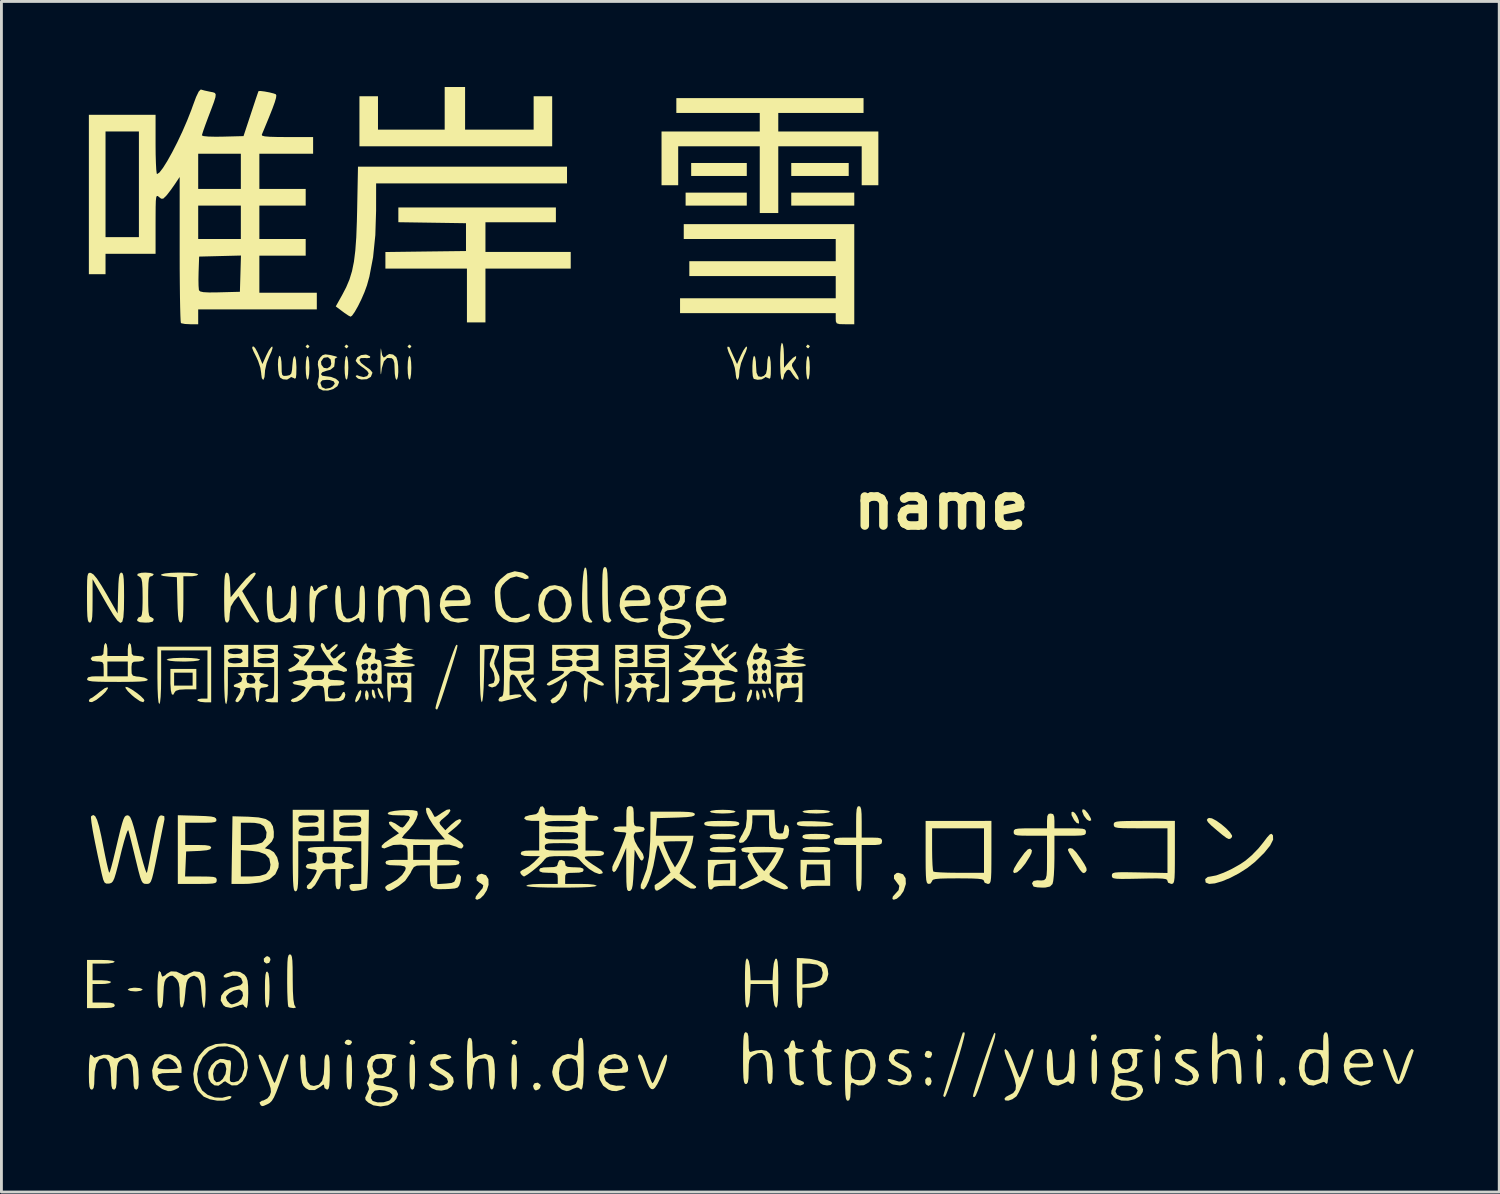
<source format=kicad_pcb>
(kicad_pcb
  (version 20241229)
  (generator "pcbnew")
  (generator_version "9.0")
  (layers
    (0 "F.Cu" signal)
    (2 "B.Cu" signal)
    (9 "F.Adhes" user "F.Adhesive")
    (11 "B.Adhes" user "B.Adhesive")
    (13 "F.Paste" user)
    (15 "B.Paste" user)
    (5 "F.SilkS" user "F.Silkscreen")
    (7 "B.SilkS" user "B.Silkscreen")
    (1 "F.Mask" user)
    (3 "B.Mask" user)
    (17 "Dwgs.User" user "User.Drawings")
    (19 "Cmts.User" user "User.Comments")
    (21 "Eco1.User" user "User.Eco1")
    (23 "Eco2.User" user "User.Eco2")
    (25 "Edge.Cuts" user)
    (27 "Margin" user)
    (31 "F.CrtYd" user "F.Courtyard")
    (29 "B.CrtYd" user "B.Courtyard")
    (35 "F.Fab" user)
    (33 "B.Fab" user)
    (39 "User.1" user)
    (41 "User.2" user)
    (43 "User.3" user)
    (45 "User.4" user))
  (footprint "name"
    (layer "F.Cu")
    (at 29.947 14.681)
    (property "Reference" "name" (at 0 0 0) (layer "F.SilkS") (effects (font (size 1.524 1.524) (thickness 0.3))))
    (attr board_only exclude_from_pos_files exclude_from_bom)
    (fp_poly (pts (xy -6.821 -11.563) (xy -8.77 -11.563) (xy -8.77 -12.018) (xy -6.821 -12.018)) (stroke (width 0) (type solid)) (fill yes) (layer "F.SilkS"))
    (fp_poly (pts (xy -6.821 -10.524) (xy -8.965 -10.524) (xy -8.965 -10.979) (xy -6.821 -10.979)) (stroke (width 0) (type solid)) (fill yes) (layer "F.SilkS"))
    (fp_poly (pts (xy -3.248 -11.563) (xy -5.262 -11.563) (xy -5.262 -12.018) (xy -3.248 -12.018)) (stroke (width 0) (type solid)) (fill yes) (layer "F.SilkS"))
    (fp_poly (pts (xy -3.053 -10.524) (xy -5.262 -10.524) (xy -5.262 -10.979) (xy -3.053 -10.979)) (stroke (width 0) (type solid)) (fill yes) (layer "F.SilkS"))
    (fp_poly (pts (xy -18.439 18.775) (xy -18.455 18.85) (xy -18.543 18.892) (xy -18.63 18.861) (xy -18.644 18.806) (xy -18.597 18.724) (xy -18.53 18.721)) (stroke (width 0) (type solid)) (fill yes) (layer "F.SilkS"))
    (fp_poly (pts (xy -14.866 18.775) (xy -14.882 18.85) (xy -14.97 18.892) (xy -15.057 18.861) (xy -15.071 18.806) (xy -15.024 18.724) (xy -14.957 18.721)) (stroke (width 0) (type solid)) (fill yes) (layer "F.SilkS"))
    (fp_poly (pts (xy -23.534 15.84) (xy -23.516 15.916) (xy -23.562 16.02) (xy -23.661 16.043) (xy -23.743 15.981) (xy -23.752 15.872) (xy -23.667 15.795) (xy -23.61 15.786)) (stroke (width 0) (type solid)) (fill yes) (layer "F.SilkS"))
    (fp_poly (pts (xy -22.154 -5.602) (xy -22.152 -5.587) (xy -22.201 -5.524) (xy -22.217 -5.522) (xy -22.28 -5.571) (xy -22.282 -5.587) (xy -22.232 -5.65) (xy -22.217 -5.652)) (stroke (width 0) (type solid)) (fill yes) (layer "F.SilkS"))
    (fp_poly (pts (xy -20.79 -5.602) (xy -20.788 -5.587) (xy -20.837 -5.524) (xy -20.853 -5.522) (xy -20.916 -5.571) (xy -20.918 -5.587) (xy -20.868 -5.65) (xy -20.853 -5.652)) (stroke (width 0) (type solid)) (fill yes) (layer "F.SilkS"))
    (fp_poly (pts (xy -20.682 18.75) (xy -20.658 18.806) (xy -20.712 18.886) (xy -20.788 18.904) (xy -20.894 18.863) (xy -20.918 18.806) (xy -20.863 18.727) (xy -20.788 18.709)) (stroke (width 0) (type solid)) (fill yes) (layer "F.SilkS"))
    (fp_poly (pts (xy -18.581 -5.602) (xy -18.579 -5.587) (xy -18.628 -5.524) (xy -18.644 -5.522) (xy -18.707 -5.571) (xy -18.709 -5.587) (xy -18.66 -5.65) (xy -18.644 -5.652)) (stroke (width 0) (type solid)) (fill yes) (layer "F.SilkS"))
    (fp_poly (pts (xy -4.614 -5.602) (xy -4.612 -5.587) (xy -4.662 -5.524) (xy -4.677 -5.522) (xy -4.74 -5.571) (xy -4.742 -5.587) (xy -4.693 -5.65) (xy -4.677 -5.652)) (stroke (width 0) (type solid)) (fill yes) (layer "F.SilkS"))
    (fp_poly (pts (xy -0.346 19.145) (xy -0.325 19.229) (xy -0.371 19.337) (xy -0.455 19.359) (xy -0.563 19.313) (xy -0.585 19.229) (xy -0.539 19.12) (xy -0.455 19.099)) (stroke (width 0) (type solid)) (fill yes) (layer "F.SilkS"))
    (fp_poly (pts (xy 5.451 18.613) (xy 5.434 18.674) (xy 5.359 18.766) (xy 5.273 18.737) (xy 5.237 18.674) (xy 5.253 18.568) (xy 5.298 18.536) (xy 5.417 18.528)) (stroke (width 0) (type solid)) (fill yes) (layer "F.SilkS"))
    (fp_poly (pts (xy 7.681 18.588) (xy 7.698 18.639) (xy 7.653 18.736) (xy 7.56 18.758) (xy 7.515 18.732) (xy 7.468 18.628) (xy 7.505 18.543) (xy 7.584 18.526)) (stroke (width 0) (type solid)) (fill yes) (layer "F.SilkS"))
    (fp_poly (pts (xy 11.254 18.588) (xy 11.271 18.639) (xy 11.226 18.736) (xy 11.133 18.758) (xy 11.088 18.732) (xy 11.041 18.628) (xy 11.078 18.543) (xy 11.157 18.526)) (stroke (width 0) (type solid)) (fill yes) (layer "F.SilkS"))
    (fp_poly (pts (xy -14.136 20.224) (xy -14.04 20.301) (xy -14.07 20.406) (xy -14.121 20.456) (xy -14.217 20.493) (xy -14.279 20.445) (xy -14.314 20.332) (xy -14.261 20.239) (xy -14.153 20.219)) (stroke (width 0) (type solid)) (fill yes) (layer "F.SilkS"))
    (fp_poly (pts (xy -20.138 6.464) (xy -20.088 6.553) (xy -20.073 6.662) (xy -20.096 6.783) (xy -20.138 6.821) (xy -20.183 6.764) (xy -20.203 6.628) (xy -20.203 6.622) (xy -20.185 6.492) (xy -20.14 6.462)) (stroke (width 0) (type solid)) (fill yes) (layer "F.SilkS"))
    (fp_poly (pts (xy -19.879 6.48) (xy -19.878 6.491) (xy -19.857 6.6) (xy -19.839 6.653) (xy -19.836 6.74) (xy -19.864 6.756) (xy -19.923 6.7) (xy -19.959 6.594) (xy -19.964 6.473) (xy -19.934 6.431)) (stroke (width 0) (type solid)) (fill yes) (layer "F.SilkS"))
    (fp_poly (pts (xy -19.676 6.442) (xy -19.629 6.532) (xy -19.567 6.679) (xy -19.562 6.743) (xy -19.604 6.756) (xy -19.66 6.702) (xy -19.725 6.571) (xy -19.728 6.561) (xy -19.766 6.413) (xy -19.742 6.371)) (stroke (width 0) (type solid)) (fill yes) (layer "F.SilkS"))
    (fp_poly (pts (xy -6.63 6.476) (xy -6.653 6.616) (xy -6.689 6.719) (xy -6.762 6.858) (xy -6.814 6.877) (xy -6.825 6.789) (xy -6.795 6.659) (xy -6.737 6.51) (xy -6.684 6.434) (xy -6.675 6.431)) (stroke (width 0) (type solid)) (fill yes) (layer "F.SilkS"))
    (fp_poly (pts (xy -6.431 6.496) (xy -6.377 6.631) (xy -6.374 6.756) (xy -6.421 6.82) (xy -6.431 6.821) (xy -6.475 6.764) (xy -6.495 6.626) (xy -6.495 6.61) (xy -6.486 6.479) (xy -6.456 6.465)) (stroke (width 0) (type solid)) (fill yes) (layer "F.SilkS"))
    (fp_poly (pts (xy -6.192 6.487) (xy -6.155 6.594) (xy -6.151 6.714) (xy -6.18 6.756) (xy -6.235 6.707) (xy -6.236 6.696) (xy -6.258 6.587) (xy -6.276 6.534) (xy -6.279 6.447) (xy -6.251 6.431)) (stroke (width 0) (type solid)) (fill yes) (layer "F.SilkS"))
    (fp_poly (pts (xy -5.984 6.417) (xy -5.923 6.532) (xy -5.889 6.652) (xy -5.901 6.717) (xy -5.955 6.686) (xy -6.019 6.568) (xy -6.023 6.557) (xy -6.059 6.426) (xy -6.049 6.367) (xy -6.046 6.366)) (stroke (width 0) (type solid)) (fill yes) (layer "F.SilkS"))
    (fp_poly (pts (xy -0.408 20.035) (xy -0.381 20.056) (xy -0.34 20.163) (xy -0.368 20.276) (xy -0.45 20.333) (xy -0.455 20.333) (xy -0.535 20.281) (xy -0.563 20.231) (xy -0.566 20.111) (xy -0.501 20.033)) (stroke (width 0) (type solid)) (fill yes) (layer "F.SilkS"))
    (fp_poly (pts (xy 4.683 10.769) (xy 4.759 10.885) (xy 4.815 11.019) (xy 4.827 11.118) (xy 4.814 11.137) (xy 4.742 11.115) (xy 4.652 11.013) (xy 4.563 10.842) (xy 4.56 10.74) (xy 4.611 10.719)) (stroke (width 0) (type solid)) (fill yes) (layer "F.SilkS"))
    (fp_poly (pts (xy 12 20.035) (xy 12.027 20.056) (xy 12.068 20.163) (xy 12.039 20.276) (xy 11.958 20.333) (xy 11.953 20.333) (xy 11.873 20.281) (xy 11.845 20.231) (xy 11.842 20.111) (xy 11.907 20.033)) (stroke (width 0) (type solid)) (fill yes) (layer "F.SilkS"))
    (fp_poly (pts (xy -20.334 6.491) (xy -20.333 6.52) (xy -20.363 6.67) (xy -20.432 6.809) (xy -20.514 6.883) (xy -20.529 6.886) (xy -20.551 6.835) (xy -20.515 6.709) (xy -20.514 6.707) (xy -20.427 6.529) (xy -20.364 6.454)) (stroke (width 0) (type solid)) (fill yes) (layer "F.SilkS"))
    (fp_poly (pts (xy -28.096 16.904) (xy -28.005 16.94) (xy -27.998 16.955) (xy -28.056 16.996) (xy -28.2 17.018) (xy -28.258 17.02) (xy -28.421 17.006) (xy -28.512 16.97) (xy -28.518 16.955) (xy -28.461 16.914) (xy -28.317 16.892) (xy -28.258 16.89)) (stroke (width 0) (type solid)) (fill yes) (layer "F.SilkS"))
    (fp_poly (pts (xy -22.183 -5.202) (xy -22.16 -5.044) (xy -22.152 -4.84) (xy -22.161 -4.619) (xy -22.185 -4.468) (xy -22.217 -4.417) (xy -22.251 -4.477) (xy -22.274 -4.635) (xy -22.282 -4.84) (xy -22.273 -5.06) (xy -22.248 -5.211) (xy -22.217 -5.262)) (stroke (width 0) (type solid)) (fill yes) (layer "F.SilkS"))
    (fp_poly (pts (xy -20.819 -5.202) (xy -20.795 -5.044) (xy -20.788 -4.84) (xy -20.797 -4.619) (xy -20.821 -4.468) (xy -20.853 -4.417) (xy -20.887 -4.477) (xy -20.91 -4.635) (xy -20.918 -4.84) (xy -20.908 -5.06) (xy -20.884 -5.211) (xy -20.853 -5.262)) (stroke (width 0) (type solid)) (fill yes) (layer "F.SilkS"))
    (fp_poly (pts (xy -18.61 -5.202) (xy -18.587 -5.044) (xy -18.579 -4.84) (xy -18.588 -4.619) (xy -18.613 -4.468) (xy -18.644 -4.417) (xy -18.678 -4.477) (xy -18.701 -4.635) (xy -18.709 -4.84) (xy -18.7 -5.06) (xy -18.675 -5.211) (xy -18.644 -5.262)) (stroke (width 0) (type solid)) (fill yes) (layer "F.SilkS"))
    (fp_poly (pts (xy -16.695 -13.187) (xy -14.292 -13.187) (xy -14.292 -14.357) (xy -13.642 -14.357) (xy -13.642 -12.603) (xy -20.398 -12.603) (xy -20.398 -14.357) (xy -19.748 -14.357) (xy -19.748 -13.187) (xy -17.41 -13.187) (xy -17.41 -14.681) (xy -16.695 -14.681)) (stroke (width 0) (type solid)) (fill yes) (layer "F.SilkS"))
    (fp_poly (pts (xy -4.643 -5.202) (xy -4.62 -5.044) (xy -4.612 -4.84) (xy -4.621 -4.619) (xy -4.646 -4.468) (xy -4.677 -4.417) (xy -4.711 -4.477) (xy -4.734 -4.635) (xy -4.742 -4.84) (xy -4.733 -5.06) (xy -4.709 -5.211) (xy -4.677 -5.262)) (stroke (width 0) (type solid)) (fill yes) (layer "F.SilkS"))
    (fp_poly (pts (xy 5.032 10.657) (xy 5.14 10.782) (xy 5.148 10.796) (xy 5.236 10.948) (xy 5.254 11.021) (xy 5.207 11.042) (xy 5.181 11.043) (xy 5.096 10.991) (xy 4.999 10.866) (xy 4.991 10.852) (xy 4.932 10.701) (xy 4.954 10.632)) (stroke (width 0) (type solid)) (fill yes) (layer "F.SilkS"))
    (fp_poly (pts (xy -28.518 6.359) (xy -28.378 6.436) (xy -28.214 6.549) (xy -28.062 6.67) (xy -27.958 6.775) (xy -27.934 6.824) (xy -27.974 6.883) (xy -28.091 6.847) (xy -28.275 6.719) (xy -28.379 6.632) (xy -28.52 6.493) (xy -28.597 6.387) (xy -28.598 6.343)) (stroke (width 0) (type solid)) (fill yes) (layer "F.SilkS"))
    (fp_poly (pts (xy -29.214 6.4) (xy -29.295 6.519) (xy -29.428 6.651) (xy -29.62 6.802) (xy -29.771 6.879) (xy -29.863 6.873) (xy -29.882 6.821) (xy -29.842 6.758) (xy -29.829 6.756) (xy -29.754 6.717) (xy -29.617 6.616) (xy -29.509 6.527) (xy -29.328 6.393) (xy -29.227 6.355)) (stroke (width 0) (type solid)) (fill yes) (layer "F.SilkS"))
    (fp_poly (pts (xy -13.135 6.159) (xy -13.122 6.293) (xy -13.159 6.456) (xy -13.252 6.629) (xy -13.377 6.784) (xy -13.508 6.892) (xy -13.622 6.927) (xy -13.666 6.905) (xy -13.703 6.822) (xy -13.625 6.744) (xy -13.548 6.704) (xy -13.4 6.569) (xy -13.31 6.369) (xy -13.24 6.186) (xy -13.178 6.114)) (stroke (width 0) (type solid)) (fill yes) (layer "F.SilkS"))
    (fp_poly (pts (xy -26.289 5.334) (xy -26.089 5.353) (xy -25.991 5.381) (xy -25.985 5.392) (xy -26.046 5.423) (xy -26.216 5.445) (xy -26.473 5.456) (xy -26.569 5.457) (xy -26.849 5.45) (xy -27.049 5.431) (xy -27.147 5.403) (xy -27.154 5.392) (xy -27.093 5.361) (xy -26.923 5.338) (xy -26.666 5.328) (xy -26.569 5.327)) (stroke (width 0) (type solid)) (fill yes) (layer "F.SilkS"))
    (fp_poly (pts (xy -23.587 16.386) (xy -23.561 16.552) (xy -23.549 16.832) (xy -23.549 16.955) (xy -23.555 17.276) (xy -23.576 17.48) (xy -23.613 17.577) (xy -23.63 17.588) (xy -23.668 17.568) (xy -23.693 17.466) (xy -23.707 17.267) (xy -23.711 16.955) (xy -23.707 16.642) (xy -23.693 16.443) (xy -23.668 16.342) (xy -23.63 16.322)) (stroke (width 0) (type solid)) (fill yes) (layer "F.SilkS"))
    (fp_poly (pts (xy -7.432 10.662) (xy -7.271 10.685) (xy -7.211 10.719) (xy -7.211 10.719) (xy -7.271 10.752) (xy -7.432 10.775) (xy -7.665 10.784) (xy -7.665 10.784) (xy -7.899 10.775) (xy -8.06 10.752) (xy -8.12 10.719) (xy -8.12 10.719) (xy -8.06 10.685) (xy -7.899 10.662) (xy -7.666 10.654) (xy -7.665 10.654)) (stroke (width 0) (type solid)) (fill yes) (layer "F.SilkS"))
    (fp_poly (pts (xy -7.418 11.504) (xy -7.277 11.525) (xy -7.217 11.565) (xy -7.211 11.596) (xy -7.237 11.649) (xy -7.334 11.679) (xy -7.523 11.692) (xy -7.665 11.693) (xy -7.913 11.687) (xy -8.054 11.667) (xy -8.114 11.626) (xy -8.12 11.596) (xy -8.093 11.543) (xy -7.997 11.512) (xy -7.808 11.5) (xy -7.665 11.498)) (stroke (width 0) (type solid)) (fill yes) (layer "F.SilkS"))
    (fp_poly (pts (xy -7.418 11.959) (xy -7.277 11.979) (xy -7.217 12.02) (xy -7.211 12.05) (xy -7.237 12.103) (xy -7.334 12.134) (xy -7.523 12.146) (xy -7.665 12.148) (xy -7.913 12.142) (xy -8.054 12.121) (xy -8.114 12.081) (xy -8.12 12.05) (xy -8.093 11.997) (xy -7.997 11.967) (xy -7.808 11.954) (xy -7.665 11.953)) (stroke (width 0) (type solid)) (fill yes) (layer "F.SilkS"))
    (fp_poly (pts (xy -4.139 10.662) (xy -3.968 10.684) (xy -3.898 10.716) (xy -3.898 10.719) (xy -3.958 10.751) (xy -4.122 10.774) (xy -4.362 10.784) (xy -4.385 10.784) (xy -4.63 10.776) (xy -4.802 10.754) (xy -4.872 10.722) (xy -4.872 10.719) (xy -4.812 10.686) (xy -4.648 10.663) (xy -4.408 10.654) (xy -4.385 10.654)) (stroke (width 0) (type solid)) (fill yes) (layer "F.SilkS"))
    (fp_poly (pts (xy -4.128 11.503) (xy -3.977 11.522) (xy -3.909 11.558) (xy -3.898 11.596) (xy -3.923 11.647) (xy -4.015 11.677) (xy -4.198 11.691) (xy -4.385 11.693) (xy -4.642 11.688) (xy -4.793 11.67) (xy -4.861 11.633) (xy -4.872 11.596) (xy -4.847 11.544) (xy -4.754 11.514) (xy -4.572 11.5) (xy -4.385 11.498)) (stroke (width 0) (type solid)) (fill yes) (layer "F.SilkS"))
    (fp_poly (pts (xy -4.128 11.958) (xy -3.977 11.976) (xy -3.909 12.013) (xy -3.898 12.05) (xy -3.923 12.102) (xy -4.015 12.132) (xy -4.198 12.146) (xy -4.385 12.148) (xy -4.642 12.143) (xy -4.793 12.124) (xy -4.861 12.088) (xy -4.872 12.05) (xy -4.847 11.999) (xy -4.754 11.969) (xy -4.572 11.955) (xy -4.385 11.953)) (stroke (width 0) (type solid)) (fill yes) (layer "F.SilkS"))
    (fp_poly (pts (xy 3.126 12.023) (xy 3.175 12.08) (xy 3.156 12.176) (xy 3.098 12.292) (xy 2.946 12.535) (xy 2.791 12.727) (xy 2.653 12.846) (xy 2.552 12.873) (xy 2.542 12.868) (xy 2.516 12.812) (xy 2.553 12.702) (xy 2.662 12.519) (xy 2.747 12.392) (xy 2.911 12.167) (xy 3.027 12.045) (xy 3.107 12.015)) (stroke (width 0) (type solid)) (fill yes) (layer "F.SilkS"))
    (fp_poly (pts (xy -13.512 -9.939) (xy -15.981 -9.939) (xy -15.981 -8.9) (xy -12.992 -8.9) (xy -12.992 -8.315) (xy -15.981 -8.315) (xy -15.981 -6.431) (xy -16.63 -6.431) (xy -16.63 -8.315) (xy -19.488 -8.315) (xy -19.488 -8.897) (xy -18.076 -8.915) (xy -16.663 -8.932) (xy -16.663 -9.907) (xy -19.034 -9.942) (xy -19.034 -10.459) (xy -13.512 -10.459)) (stroke (width 0) (type solid)) (fill yes) (layer "F.SilkS"))
    (fp_poly (pts (xy 9.484 10.954) (xy 9.637 11.035) (xy 9.813 11.16) (xy 9.982 11.304) (xy 10.117 11.445) (xy 10.19 11.558) (xy 10.187 11.61) (xy 10.133 11.666) (xy 10.075 11.679) (xy 9.989 11.638) (xy 9.849 11.533) (xy 9.679 11.392) (xy 9.465 11.209) (xy 9.344 11.087) (xy 9.304 11.01) (xy 9.335 10.962) (xy 9.381 10.939)) (stroke (width 0) (type solid)) (fill yes) (layer "F.SilkS"))
    (fp_poly (pts (xy -4.591 11.053) (xy -4.439 11.057) (xy -4.102 11.075) (xy -3.889 11.104) (xy -3.791 11.146) (xy -3.784 11.157) (xy -3.804 11.196) (xy -3.906 11.221) (xy -4.107 11.234) (xy -4.412 11.238) (xy -4.715 11.235) (xy -4.91 11.224) (xy -5.019 11.201) (xy -5.063 11.164) (xy -5.067 11.139) (xy -5.048 11.092) (xy -4.978 11.065) (xy -4.833 11.053)) (stroke (width 0) (type solid)) (fill yes) (layer "F.SilkS"))
    (fp_poly (pts (xy -3.053 -6.366) (xy -3.378 -6.366) (xy -3.57 -6.37) (xy -3.666 -6.397) (xy -3.699 -6.465) (xy -3.703 -6.561) (xy -3.703 -6.756) (xy -9.16 -6.756) (xy -9.16 -7.276) (xy -3.703 -7.276) (xy -3.703 -8.055) (xy -8.835 -8.055) (xy -8.835 -8.575) (xy -3.703 -8.575) (xy -3.703 -9.354) (xy -9.03 -9.354) (xy -9.03 -9.874) (xy -3.053 -9.874)) (stroke (width 0) (type solid)) (fill yes) (layer "F.SilkS"))
    (fp_poly (pts (xy -1.344 12.914) (xy -1.254 13.052) (xy -1.245 13.253) (xy -1.323 13.494) (xy -1.332 13.513) (xy -1.439 13.666) (xy -1.562 13.771) (xy -1.67 13.807) (xy -1.717 13.779) (xy -1.703 13.697) (xy -1.652 13.638) (xy -1.5 13.47) (xy -1.474 13.32) (xy -1.566 13.195) (xy -1.661 13.067) (xy -1.66 12.945) (xy -1.57 12.87) (xy -1.509 12.862)) (stroke (width 0) (type solid)) (fill yes) (layer "F.SilkS"))
    (fp_poly (pts (xy -26.115 6.431) (xy -26.474 6.431) (xy -26.708 6.444) (xy -26.835 6.485) (xy -26.871 6.529) (xy -26.928 6.626) (xy -26.976 6.602) (xy -27.009 6.467) (xy -27.019 6.301) (xy -26.894 6.301) (xy -26.245 6.301) (xy -26.245 5.847) (xy -26.894 5.847) (xy -26.894 6.301) (xy -27.019 6.301) (xy -27.024 6.23) (xy -27.024 6.171) (xy -27.024 5.717) (xy -26.115 5.717)) (stroke (width 0) (type solid)) (fill yes) (layer "F.SilkS"))
    (fp_poly (pts (xy -15.96 12.948) (xy -15.877 13.087) (xy -15.872 13.286) (xy -15.933 13.475) (xy -16.04 13.644) (xy -16.163 13.762) (xy -16.274 13.808) (xy -16.335 13.776) (xy -16.319 13.695) (xy -16.231 13.574) (xy -16.209 13.552) (xy -16.08 13.399) (xy -16.058 13.298) (xy -16.144 13.231) (xy -16.179 13.218) (xy -16.285 13.137) (xy -16.298 13.024) (xy -16.228 12.928) (xy -16.112 12.895)) (stroke (width 0) (type solid)) (fill yes) (layer "F.SilkS"))
    (fp_poly (pts (xy 4.598 12.017) (xy 4.723 12.14) (xy 4.878 12.352) (xy 5.015 12.561) (xy 5.083 12.693) (xy 5.093 12.776) (xy 5.054 12.838) (xy 5.053 12.84) (xy 4.996 12.875) (xy 4.934 12.849) (xy 4.847 12.745) (xy 4.717 12.545) (xy 4.705 12.526) (xy 4.559 12.293) (xy 4.473 12.148) (xy 4.438 12.067) (xy 4.445 12.027) (xy 4.486 12.005) (xy 4.511 11.996)) (stroke (width 0) (type solid)) (fill yes) (layer "F.SilkS"))
    (fp_poly (pts (xy -20.709 19.251) (xy -20.679 19.332) (xy -20.664 19.493) (xy -20.658 19.756) (xy -20.658 19.846) (xy -20.661 20.14) (xy -20.674 20.326) (xy -20.7 20.426) (xy -20.741 20.462) (xy -20.755 20.463) (xy -20.802 20.441) (xy -20.831 20.36) (xy -20.847 20.199) (xy -20.852 19.935) (xy -20.853 19.846) (xy -20.849 19.552) (xy -20.836 19.365) (xy -20.811 19.265) (xy -20.769 19.23) (xy -20.755 19.229)) (stroke (width 0) (type solid)) (fill yes) (layer "F.SilkS"))
    (fp_poly (pts (xy -18.5 19.251) (xy -18.471 19.332) (xy -18.455 19.493) (xy -18.449 19.756) (xy -18.449 19.846) (xy -18.453 20.14) (xy -18.465 20.326) (xy -18.491 20.426) (xy -18.532 20.462) (xy -18.547 20.463) (xy -18.593 20.441) (xy -18.622 20.36) (xy -18.638 20.199) (xy -18.644 19.935) (xy -18.644 19.846) (xy -18.641 19.552) (xy -18.628 19.365) (xy -18.602 19.265) (xy -18.561 19.23) (xy -18.547 19.229)) (stroke (width 0) (type solid)) (fill yes) (layer "F.SilkS"))
    (fp_poly (pts (xy -14.927 19.251) (xy -14.898 19.332) (xy -14.882 19.493) (xy -14.876 19.756) (xy -14.876 19.846) (xy -14.88 20.14) (xy -14.892 20.326) (xy -14.918 20.426) (xy -14.96 20.462) (xy -14.974 20.463) (xy -15.02 20.441) (xy -15.05 20.36) (xy -15.065 20.199) (xy -15.071 19.935) (xy -15.071 19.846) (xy -15.068 19.552) (xy -15.055 19.365) (xy -15.029 19.265) (xy -14.988 19.23) (xy -14.974 19.229)) (stroke (width 0) (type solid)) (fill yes) (layer "F.SilkS"))
    (fp_poly (pts (xy -7.404 11.047) (xy -7.218 11.06) (xy -7.118 11.085) (xy -7.082 11.127) (xy -7.081 11.141) (xy -7.103 11.187) (xy -7.184 11.217) (xy -7.345 11.233) (xy -7.608 11.238) (xy -7.698 11.238) (xy -7.992 11.235) (xy -8.178 11.222) (xy -8.278 11.197) (xy -8.314 11.155) (xy -8.315 11.141) (xy -8.293 11.094) (xy -8.212 11.065) (xy -8.051 11.049) (xy -7.787 11.044) (xy -7.698 11.043)) (stroke (width 0) (type solid)) (fill yes) (layer "F.SilkS"))
    (fp_poly (pts (xy -2.728 -13.772) (xy -5.717 -13.772) (xy -5.717 -13.122) (xy -2.209 -13.122) (xy -2.209 -11.238) (xy -2.793 -11.238) (xy -2.793 -12.603) (xy -5.717 -12.603) (xy -5.717 -10.264) (xy -6.366 -10.264) (xy -6.366 -12.603) (xy -9.225 -12.603) (xy -9.225 -11.238) (xy -9.809 -11.238) (xy -9.809 -13.122) (xy -6.366 -13.122) (xy -6.366 -13.772) (xy -9.29 -13.772) (xy -9.29 -14.292) (xy -2.728 -14.292)) (stroke (width 0) (type solid)) (fill yes) (layer "F.SilkS"))
    (fp_poly (pts (xy 5.406 19.056) (xy 5.435 19.137) (xy 5.451 19.298) (xy 5.457 19.561) (xy 5.457 19.651) (xy 5.453 19.945) (xy 5.441 20.131) (xy 5.415 20.231) (xy 5.373 20.267) (xy 5.359 20.268) (xy 5.313 20.246) (xy 5.283 20.165) (xy 5.268 20.004) (xy 5.262 19.74) (xy 5.262 19.651) (xy 5.265 19.357) (xy 5.278 19.171) (xy 5.304 19.071) (xy 5.345 19.035) (xy 5.359 19.034)) (stroke (width 0) (type solid)) (fill yes) (layer "F.SilkS"))
    (fp_poly (pts (xy 7.614 19.056) (xy 7.644 19.137) (xy 7.66 19.298) (xy 7.665 19.561) (xy 7.665 19.651) (xy 7.662 19.945) (xy 7.649 20.131) (xy 7.624 20.231) (xy 7.582 20.267) (xy 7.568 20.268) (xy 7.522 20.246) (xy 7.492 20.165) (xy 7.476 20.004) (xy 7.471 19.74) (xy 7.471 19.651) (xy 7.474 19.357) (xy 7.487 19.171) (xy 7.512 19.071) (xy 7.554 19.035) (xy 7.568 19.034)) (stroke (width 0) (type solid)) (fill yes) (layer "F.SilkS"))
    (fp_poly (pts (xy 11.187 19.056) (xy 11.217 19.137) (xy 11.233 19.298) (xy 11.238 19.561) (xy 11.238 19.651) (xy 11.235 19.945) (xy 11.222 20.131) (xy 11.197 20.231) (xy 11.155 20.267) (xy 11.141 20.268) (xy 11.094 20.246) (xy 11.065 20.165) (xy 11.049 20.004) (xy 11.044 19.74) (xy 11.043 19.651) (xy 11.047 19.357) (xy 11.06 19.171) (xy 11.085 19.071) (xy 11.127 19.035) (xy 11.141 19.034)) (stroke (width 0) (type solid)) (fill yes) (layer "F.SilkS"))
    (fp_poly (pts (xy -3.898 13.317) (xy -4.32 13.317) (xy -4.541 13.326) (xy -4.692 13.351) (xy -4.742 13.382) (xy -4.795 13.44) (xy -4.84 13.447) (xy -4.89 13.423) (xy -4.92 13.334) (xy -4.934 13.158) (xy -4.934 13.122) (xy -4.75 13.122) (xy -4.085 13.122) (xy -4.105 12.846) (xy -4.125 12.57) (xy -4.71 12.57) (xy -4.73 12.846) (xy -4.75 13.122) (xy -4.934 13.122) (xy -4.937 12.927) (xy -4.937 12.408) (xy -3.898 12.408)) (stroke (width 0) (type solid)) (fill yes) (layer "F.SilkS"))
    (fp_poly (pts (xy -25.595 6.886) (xy -25.818 6.886) (xy -25.98 6.869) (xy -26.078 6.827) (xy -26.082 6.821) (xy -26.057 6.775) (xy -25.93 6.756) (xy -25.924 6.756) (xy -25.725 6.756) (xy -25.725 5.067) (xy -27.349 5.067) (xy -27.349 6.009) (xy -27.353 6.397) (xy -27.366 6.691) (xy -27.386 6.88) (xy -27.412 6.951) (xy -27.414 6.951) (xy -27.44 6.888) (xy -27.46 6.705) (xy -27.473 6.415) (xy -27.479 6.026) (xy -27.479 5.944) (xy -27.479 4.937) (xy -25.595 4.937)) (stroke (width 0) (type solid)) (fill yes) (layer "F.SilkS"))
    (fp_poly (pts (xy -12.454 2.179) (xy -12.431 2.273) (xy -12.416 2.458) (xy -12.409 2.748) (xy -12.408 2.994) (xy -12.405 3.36) (xy -12.395 3.618) (xy -12.376 3.792) (xy -12.345 3.903) (xy -12.3 3.974) (xy -12.231 4.062) (xy -12.261 4.09) (xy -12.33 4.093) (xy -12.469 4.04) (xy -12.537 3.963) (xy -12.567 3.843) (xy -12.586 3.635) (xy -12.594 3.368) (xy -12.592 3.072) (xy -12.582 2.776) (xy -12.563 2.509) (xy -12.538 2.3) (xy -12.505 2.178) (xy -12.489 2.16)) (stroke (width 0) (type solid)) (fill yes) (layer "F.SilkS"))
    (fp_poly (pts (xy -7.211 13.317) (xy -7.601 13.317) (xy -7.808 13.327) (xy -7.949 13.353) (xy -7.99 13.382) (xy -8.043 13.44) (xy -8.088 13.447) (xy -8.138 13.423) (xy -8.168 13.334) (xy -8.182 13.158) (xy -8.183 13.122) (xy -7.998 13.122) (xy -7.406 13.122) (xy -7.406 12.53) (xy -7.682 12.55) (xy -7.855 12.569) (xy -7.938 12.618) (xy -7.969 12.736) (xy -7.978 12.846) (xy -7.998 13.122) (xy -8.183 13.122) (xy -8.185 12.927) (xy -8.185 12.408) (xy -7.211 12.408)) (stroke (width 0) (type solid)) (fill yes) (layer "F.SilkS"))
    (fp_poly (pts (xy 1.896 18.501) (xy 1.871 18.647) (xy 1.82 18.818) (xy 1.75 19.036) (xy 1.655 19.335) (xy 1.55 19.674) (xy 1.461 19.959) (xy 1.367 20.252) (xy 1.28 20.492) (xy 1.211 20.657) (xy 1.167 20.723) (xy 1.166 20.723) (xy 1.106 20.71) (xy 1.105 20.707) (xy 1.128 20.601) (xy 1.184 20.405) (xy 1.265 20.143) (xy 1.364 19.838) (xy 1.473 19.515) (xy 1.582 19.198) (xy 1.684 18.91) (xy 1.771 18.676) (xy 1.835 18.52) (xy 1.865 18.466)) (stroke (width 0) (type solid)) (fill yes) (layer "F.SilkS"))
    (fp_poly (pts (xy -22.794 15.739) (xy -22.766 15.808) (xy -22.749 15.945) (xy -22.74 16.171) (xy -22.737 16.504) (xy -22.737 16.585) (xy -22.731 17.007) (xy -22.713 17.303) (xy -22.683 17.478) (xy -22.659 17.527) (xy -22.624 17.587) (xy -22.703 17.605) (xy -22.713 17.605) (xy -22.841 17.585) (xy -22.888 17.561) (xy -22.904 17.484) (xy -22.917 17.301) (xy -22.927 17.039) (xy -22.931 16.721) (xy -22.931 16.619) (xy -22.929 16.255) (xy -22.922 16.002) (xy -22.908 15.841) (xy -22.883 15.754) (xy -22.848 15.722) (xy -22.834 15.721)) (stroke (width 0) (type solid)) (fill yes) (layer "F.SilkS"))
    (fp_poly (pts (xy -16.964 4.881) (xy -16.963 4.917) (xy -16.979 4.994) (xy -17.015 5.13) (xy -17.077 5.338) (xy -17.168 5.637) (xy -17.292 6.041) (xy -17.317 6.123) (xy -17.424 6.464) (xy -17.522 6.757) (xy -17.604 6.981) (xy -17.661 7.116) (xy -17.682 7.146) (xy -17.734 7.102) (xy -17.735 7.098) (xy -17.715 6.998) (xy -17.663 6.807) (xy -17.586 6.549) (xy -17.491 6.247) (xy -17.387 5.927) (xy -17.282 5.611) (xy -17.183 5.323) (xy -17.098 5.088) (xy -17.035 4.93) (xy -17.002 4.872) (xy -16.979 4.872)) (stroke (width 0) (type solid)) (fill yes) (layer "F.SilkS"))
    (fp_poly (pts (xy 0.814 18.462) (xy 0.818 18.466) (xy 0.814 18.538) (xy 0.775 18.709) (xy 0.71 18.953) (xy 0.625 19.248) (xy 0.528 19.569) (xy 0.427 19.891) (xy 0.329 20.191) (xy 0.241 20.445) (xy 0.171 20.629) (xy 0.127 20.718) (xy 0.12 20.723) (xy 0.065 20.69) (xy 0.065 20.686) (xy 0.083 20.612) (xy 0.133 20.44) (xy 0.207 20.193) (xy 0.296 19.897) (xy 0.395 19.577) (xy 0.495 19.255) (xy 0.588 18.958) (xy 0.668 18.71) (xy 0.726 18.534) (xy 0.754 18.456) (xy 0.755 18.455)) (stroke (width 0) (type solid)) (fill yes) (layer "F.SilkS"))
    (fp_poly (pts (xy -11.751 2.162) (xy -11.723 2.231) (xy -11.706 2.367) (xy -11.696 2.592) (xy -11.693 2.923) (xy -11.693 3.017) (xy -11.688 3.369) (xy -11.675 3.651) (xy -11.655 3.845) (xy -11.629 3.929) (xy -11.628 3.93) (xy -11.564 4.013) (xy -11.612 4.079) (xy -11.686 4.093) (xy -11.808 4.045) (xy -11.849 3.99) (xy -11.863 3.889) (xy -11.875 3.686) (xy -11.884 3.408) (xy -11.888 3.084) (xy -11.888 3.015) (xy -11.886 2.657) (xy -11.878 2.41) (xy -11.863 2.255) (xy -11.838 2.173) (xy -11.801 2.145) (xy -11.791 2.144)) (stroke (width 0) (type solid)) (fill yes) (layer "F.SilkS"))
    (fp_poly (pts (xy -26.397 2.345) (xy -26.179 2.362) (xy -26.063 2.389) (xy -26.05 2.404) (xy -26.107 2.444) (xy -26.251 2.467) (xy -26.309 2.469) (xy -26.569 2.469) (xy -26.569 3.281) (xy -26.572 3.626) (xy -26.58 3.86) (xy -26.598 4.003) (xy -26.626 4.074) (xy -26.665 4.093) (xy -26.706 4.07) (xy -26.736 3.991) (xy -26.756 3.835) (xy -26.77 3.583) (xy -26.778 3.297) (xy -26.797 2.501) (xy -27.073 2.481) (xy -27.274 2.458) (xy -27.357 2.428) (xy -27.334 2.397) (xy -27.216 2.369) (xy -27.014 2.348) (xy -26.739 2.339) (xy -26.699 2.339)) (stroke (width 0) (type solid)) (fill yes) (layer "F.SilkS"))
    (fp_poly (pts (xy -23.442 -5.535) (xy -23.484 -5.402) (xy -23.547 -5.264) (xy -23.651 -5.004) (xy -23.707 -4.751) (xy -23.711 -4.679) (xy -23.725 -4.516) (xy -23.761 -4.424) (xy -23.776 -4.417) (xy -23.819 -4.475) (xy -23.84 -4.615) (xy -23.841 -4.647) (xy -23.871 -4.839) (xy -23.948 -5.074) (xy -24.003 -5.197) (xy -24.106 -5.404) (xy -24.154 -5.521) (xy -24.154 -5.574) (xy -24.113 -5.587) (xy -24.109 -5.587) (xy -24.054 -5.532) (xy -23.976 -5.391) (xy -23.925 -5.278) (xy -23.798 -4.97) (xy -23.661 -5.278) (xy -23.571 -5.453) (xy -23.489 -5.565) (xy -23.454 -5.587)) (stroke (width 0) (type solid)) (fill yes) (layer "F.SilkS"))
    (fp_poly (pts (xy -13.122 -11.303) (xy -19.813 -11.303) (xy -19.814 -10.345) (xy -19.841 -9.489) (xy -19.92 -8.713) (xy -20.05 -8.033) (xy -20.134 -7.73) (xy -20.221 -7.491) (xy -20.331 -7.237) (xy -20.45 -6.996) (xy -20.564 -6.796) (xy -20.657 -6.666) (xy -20.708 -6.631) (xy -20.784 -6.669) (xy -20.922 -6.762) (xy -20.991 -6.813) (xy -21.228 -6.991) (xy -21.008 -7.383) (xy -20.863 -7.661) (xy -20.747 -7.936) (xy -20.658 -8.228) (xy -20.591 -8.557) (xy -20.543 -8.944) (xy -20.509 -9.408) (xy -20.488 -9.971) (xy -20.479 -10.345) (xy -20.449 -11.888) (xy -13.122 -11.888)) (stroke (width 0) (type solid)) (fill yes) (layer "F.SilkS"))
    (fp_poly (pts (xy -6.811 -5.535) (xy -6.854 -5.402) (xy -6.917 -5.264) (xy -7.021 -5.004) (xy -7.077 -4.751) (xy -7.081 -4.679) (xy -7.095 -4.516) (xy -7.131 -4.424) (xy -7.146 -4.417) (xy -7.189 -4.475) (xy -7.21 -4.615) (xy -7.211 -4.647) (xy -7.241 -4.837) (xy -7.318 -5.072) (xy -7.378 -5.206) (xy -7.461 -5.391) (xy -7.502 -5.528) (xy -7.499 -5.577) (xy -7.438 -5.573) (xy -7.427 -5.554) (xy -7.386 -5.459) (xy -7.313 -5.296) (xy -7.282 -5.229) (xy -7.162 -4.97) (xy -7.026 -5.278) (xy -6.937 -5.453) (xy -6.857 -5.565) (xy -6.822 -5.587)) (stroke (width 0) (type solid)) (fill yes) (layer "F.SilkS"))
    (fp_poly (pts (xy 11.614 11.537) (xy 11.623 11.553) (xy 11.629 11.7) (xy 11.525 11.906) (xy 11.316 12.164) (xy 11.004 12.47) (xy 10.984 12.488) (xy 10.725 12.693) (xy 10.432 12.88) (xy 10.129 13.039) (xy 9.839 13.16) (xy 9.584 13.234) (xy 9.387 13.252) (xy 9.269 13.205) (xy 9.262 13.195) (xy 9.247 13.082) (xy 9.338 13.007) (xy 9.44 12.991) (xy 9.633 12.954) (xy 9.895 12.859) (xy 10.188 12.722) (xy 10.476 12.56) (xy 10.658 12.437) (xy 10.881 12.247) (xy 11.116 12.005) (xy 11.276 11.808) (xy 11.422 11.616) (xy 11.514 11.516) (xy 11.571 11.495)) (stroke (width 0) (type solid)) (fill yes) (layer "F.SilkS"))
    (fp_poly (pts (xy -29.215 15.924) (xy -29.043 15.945) (xy -28.973 15.978) (xy -28.973 15.981) (xy -29.032 16.015) (xy -29.187 16.039) (xy -29.363 16.046) (xy -29.752 16.046) (xy -29.752 16.63) (xy -29.428 16.63) (xy -29.242 16.642) (xy -29.125 16.672) (xy -29.103 16.695) (xy -29.161 16.732) (xy -29.311 16.756) (xy -29.428 16.76) (xy -29.752 16.76) (xy -29.752 17.41) (xy -29.363 17.41) (xy -29.136 17.417) (xy -29.015 17.444) (xy -28.974 17.495) (xy -28.973 17.507) (xy -28.998 17.559) (xy -29.091 17.589) (xy -29.273 17.602) (xy -29.46 17.605) (xy -29.947 17.605) (xy -29.947 15.916) (xy -29.46 15.916)) (stroke (width 0) (type solid)) (fill yes) (layer "F.SilkS"))
    (fp_poly (pts (xy 16.553 19.077) (xy 16.55 19.115) (xy 16.517 19.21) (xy 16.452 19.395) (xy 16.368 19.634) (xy 16.333 19.732) (xy 16.234 20) (xy 16.155 20.164) (xy 16.085 20.246) (xy 16.014 20.268) (xy 15.938 20.244) (xy 15.868 20.156) (xy 15.789 19.983) (xy 15.709 19.765) (xy 15.622 19.514) (xy 15.547 19.302) (xy 15.498 19.165) (xy 15.491 19.147) (xy 15.487 19.053) (xy 15.546 19.034) (xy 15.621 19.095) (xy 15.715 19.279) (xy 15.831 19.588) (xy 15.835 19.602) (xy 16.025 20.171) (xy 16.211 19.602) (xy 16.316 19.311) (xy 16.408 19.117) (xy 16.478 19.036) (xy 16.488 19.034)) (stroke (width 0) (type solid)) (fill yes) (layer "F.SilkS"))
    (fp_poly (pts (xy -21.541 2.776) (xy -21.505 2.869) (xy -21.577 2.922) (xy -21.6 2.923) (xy -21.715 2.966) (xy -21.827 3.053) (xy -21.9 3.152) (xy -21.94 3.291) (xy -21.956 3.506) (xy -21.957 3.638) (xy -21.963 3.885) (xy -21.983 4.026) (xy -22.024 4.086) (xy -22.054 4.093) (xy -22.1 4.071) (xy -22.129 3.992) (xy -22.145 3.835) (xy -22.151 3.578) (xy -22.152 3.443) (xy -22.146 3.141) (xy -22.128 2.923) (xy -22.102 2.807) (xy -22.087 2.793) (xy -22.029 2.846) (xy -22.022 2.891) (xy -21.987 2.977) (xy -21.957 2.988) (xy -21.894 2.946) (xy -21.892 2.934) (xy -21.839 2.868) (xy -21.722 2.803) (xy -21.601 2.767)) (stroke (width 0) (type solid)) (fill yes) (layer "F.SilkS"))
    (fp_poly (pts (xy -6.008 -5.202) (xy -5.984 -5.043) (xy -5.976 -4.832) (xy -5.98 -4.604) (xy -5.996 -4.486) (xy -6.028 -4.455) (xy -6.068 -4.478) (xy -6.165 -4.517) (xy -6.202 -4.486) (xy -6.296 -4.433) (xy -6.441 -4.419) (xy -6.565 -4.447) (xy -6.583 -4.461) (xy -6.611 -4.548) (xy -6.624 -4.71) (xy -6.624 -4.905) (xy -6.612 -5.09) (xy -6.588 -5.222) (xy -6.561 -5.262) (xy -6.525 -5.203) (xy -6.502 -5.052) (xy -6.496 -4.91) (xy -6.479 -4.668) (xy -6.423 -4.542) (xy -6.318 -4.521) (xy -6.22 -4.558) (xy -6.146 -4.636) (xy -6.112 -4.791) (xy -6.106 -4.939) (xy -6.095 -5.124) (xy -6.065 -5.241) (xy -6.041 -5.262)) (stroke (width 0) (type solid)) (fill yes) (layer "F.SilkS"))
    (fp_poly (pts (xy -23.156 -5.203) (xy -23.132 -5.051) (xy -23.126 -4.9) (xy -23.123 -4.695) (xy -23.103 -4.589) (xy -23.051 -4.554) (xy -22.951 -4.559) (xy -22.948 -4.559) (xy -22.843 -4.582) (xy -22.787 -4.641) (xy -22.76 -4.772) (xy -22.749 -4.921) (xy -22.725 -5.145) (xy -22.689 -5.247) (xy -22.651 -5.231) (xy -22.621 -5.103) (xy -22.607 -4.87) (xy -22.607 -4.832) (xy -22.611 -4.604) (xy -22.626 -4.486) (xy -22.658 -4.455) (xy -22.698 -4.478) (xy -22.795 -4.517) (xy -22.832 -4.486) (xy -22.935 -4.424) (xy -23.079 -4.436) (xy -23.178 -4.495) (xy -23.221 -4.594) (xy -23.246 -4.76) (xy -23.255 -4.951) (xy -23.246 -5.126) (xy -23.218 -5.24) (xy -23.191 -5.262)) (stroke (width 0) (type solid)) (fill yes) (layer "F.SilkS"))
    (fp_poly (pts (xy -19.636 -5.473) (xy -19.601 -5.279) (xy -19.544 -5.198) (xy -19.471 -5.239) (xy -19.456 -5.262) (xy -19.354 -5.324) (xy -19.219 -5.304) (xy -19.109 -5.214) (xy -19.101 -5.201) (xy -19.062 -5.071) (xy -19.04 -4.887) (xy -19.036 -4.69) (xy -19.05 -4.523) (xy -19.082 -4.427) (xy -19.099 -4.417) (xy -19.134 -4.476) (xy -19.158 -4.628) (xy -19.164 -4.777) (xy -19.174 -5.002) (xy -19.211 -5.128) (xy -19.27 -5.177) (xy -19.426 -5.183) (xy -19.54 -5.068) (xy -19.611 -4.831) (xy -19.624 -4.736) (xy -19.641 -4.617) (xy -19.652 -4.617) (xy -19.659 -4.738) (xy -19.661 -4.985) (xy -19.661 -5.067) (xy -19.659 -5.314) (xy -19.653 -5.471) (xy -19.645 -5.526)) (stroke (width 0) (type solid)) (fill yes) (layer "F.SilkS"))
    (fp_poly (pts (xy -20.136 -5.294) (xy -20.022 -5.237) (xy -20.027 -5.191) (xy -20.136 -5.176) (xy -20.203 -5.183) (xy -20.353 -5.178) (xy -20.399 -5.115) (xy -20.344 -5.014) (xy -20.19 -4.892) (xy -20.171 -4.881) (xy -20.027 -4.776) (xy -19.948 -4.681) (xy -19.943 -4.66) (xy -19.998 -4.521) (xy -20.14 -4.439) (xy -20.33 -4.428) (xy -20.447 -4.46) (xy -20.522 -4.529) (xy -20.528 -4.555) (xy -20.482 -4.58) (xy -20.403 -4.55) (xy -20.252 -4.513) (xy -20.126 -4.549) (xy -20.073 -4.645) (xy -20.073 -4.645) (xy -20.125 -4.729) (xy -20.253 -4.833) (xy -20.301 -4.864) (xy -20.444 -4.971) (xy -20.523 -5.072) (xy -20.528 -5.095) (xy -20.472 -5.206) (xy -20.338 -5.284) (xy -20.179 -5.303)) (stroke (width 0) (type solid)) (fill yes) (layer "F.SilkS"))
    (fp_poly (pts (xy -9.612 19.282) (xy -9.629 19.422) (xy -9.683 19.619) (xy -9.762 19.845) (xy -9.856 20.07) (xy -9.953 20.265) (xy -10.042 20.401) (xy -10.105 20.449) (xy -10.174 20.439) (xy -10.239 20.37) (xy -10.311 20.223) (xy -10.405 19.975) (xy -10.421 19.929) (xy -10.51 19.677) (xy -10.583 19.467) (xy -10.63 19.334) (xy -10.639 19.31) (xy -10.614 19.24) (xy -10.568 19.229) (xy -10.493 19.288) (xy -10.407 19.467) (xy -10.324 19.718) (xy -10.249 19.953) (xy -10.183 20.135) (xy -10.136 20.232) (xy -10.129 20.238) (xy -10.088 20.196) (xy -10.021 20.055) (xy -9.939 19.844) (xy -9.907 19.749) (xy -9.806 19.479) (xy -9.717 19.3) (xy -9.648 19.229) (xy -9.643 19.229)) (stroke (width 0) (type solid)) (fill yes) (layer "F.SilkS"))
    (fp_poly (pts (xy -17.35 19.225) (xy -17.201 19.284) (xy -17.175 19.343) (xy -17.263 19.386) (xy -17.422 19.397) (xy -17.631 19.42) (xy -17.726 19.49) (xy -17.703 19.591) (xy -17.556 19.705) (xy -17.527 19.72) (xy -17.259 19.883) (xy -17.115 20.04) (xy -17.091 20.199) (xy -17.166 20.35) (xy -17.316 20.454) (xy -17.528 20.499) (xy -17.702 20.482) (xy -17.865 20.415) (xy -17.956 20.327) (xy -17.957 20.26) (xy -17.879 20.241) (xy -17.792 20.272) (xy -17.62 20.322) (xy -17.447 20.31) (xy -17.323 20.245) (xy -17.292 20.187) (xy -17.333 20.068) (xy -17.477 19.959) (xy -17.719 19.816) (xy -17.859 19.701) (xy -17.915 19.593) (xy -17.907 19.473) (xy -17.808 19.321) (xy -17.628 19.229) (xy -17.407 19.214)) (stroke (width 0) (type solid)) (fill yes) (layer "F.SilkS"))
    (fp_poly (pts (xy -5.553 -5.657) (xy -5.529 -5.498) (xy -5.519 -5.278) (xy -5.516 -4.84) (xy -5.326 -5.063) (xy -5.203 -5.187) (xy -5.113 -5.245) (xy -5.09 -5.242) (xy -5.096 -5.168) (xy -5.163 -5.068) (xy -5.229 -4.984) (xy -5.238 -4.907) (xy -5.183 -4.794) (xy -5.108 -4.678) (xy -5.014 -4.514) (xy -4.998 -4.428) (xy -5.017 -4.418) (xy -5.101 -4.47) (xy -5.2 -4.596) (xy -5.214 -4.62) (xy -5.301 -4.748) (xy -5.37 -4.774) (xy -5.425 -4.741) (xy -5.508 -4.613) (xy -5.522 -4.539) (xy -5.551 -4.438) (xy -5.587 -4.417) (xy -5.617 -4.479) (xy -5.639 -4.652) (xy -5.65 -4.917) (xy -5.652 -5.067) (xy -5.645 -5.369) (xy -5.628 -5.587) (xy -5.602 -5.703) (xy -5.587 -5.717)) (stroke (width 0) (type solid)) (fill yes) (layer "F.SilkS"))
    (fp_poly (pts (xy -13.292 2.836) (xy -13.098 2.988) (xy -12.981 3.21) (xy -12.955 3.477) (xy -13.017 3.727) (xy -13.171 3.952) (xy -13.384 4.075) (xy -13.628 4.09) (xy -13.875 3.991) (xy -13.947 3.936) (xy -14.06 3.817) (xy -14.114 3.683) (xy -14.129 3.479) (xy -14.129 3.45) (xy -13.925 3.45) (xy -13.877 3.694) (xy -13.764 3.867) (xy -13.609 3.954) (xy -13.436 3.942) (xy -13.286 3.834) (xy -13.186 3.649) (xy -13.164 3.431) (xy -13.209 3.216) (xy -13.312 3.039) (xy -13.462 2.936) (xy -13.545 2.923) (xy -13.727 2.982) (xy -13.859 3.139) (xy -13.923 3.368) (xy -13.925 3.45) (xy -14.129 3.45) (xy -14.129 3.45) (xy -14.083 3.144) (xy -13.948 2.926) (xy -13.732 2.804) (xy -13.548 2.78)) (stroke (width 0) (type solid)) (fill yes) (layer "F.SilkS"))
    (fp_poly (pts (xy -5.833 11.06) (xy -5.818 11.284) (xy -5.791 11.409) (xy -5.739 11.467) (xy -5.668 11.486) (xy -5.559 11.478) (xy -5.523 11.385) (xy -5.522 11.34) (xy -5.499 11.216) (xy -5.455 11.173) (xy -5.372 11.229) (xy -5.336 11.369) (xy -5.354 11.531) (xy -5.396 11.633) (xy -5.482 11.681) (xy -5.653 11.693) (xy -5.678 11.693) (xy -5.859 11.681) (xy -5.967 11.628) (xy -6.022 11.508) (xy -6.04 11.295) (xy -6.041 11.168) (xy -6.041 10.849) (xy -6.626 10.849) (xy -6.626 11.093) (xy -6.655 11.315) (xy -6.729 11.523) (xy -6.833 11.693) (xy -6.947 11.798) (xy -7.055 11.814) (xy -7.095 11.787) (xy -7.086 11.715) (xy -7.018 11.579) (xy -6.978 11.516) (xy -6.856 11.263) (xy -6.821 10.969) (xy -6.821 10.654) (xy -5.853 10.654)) (stroke (width 0) (type solid)) (fill yes) (layer "F.SilkS"))
    (fp_poly (pts (xy -5.764 15.886) (xy -5.74 15.98) (xy -5.725 16.163) (xy -5.718 16.45) (xy -5.717 16.728) (xy -5.719 17.099) (xy -5.729 17.355) (xy -5.746 17.511) (xy -5.772 17.582) (xy -5.798 17.589) (xy -5.85 17.508) (xy -5.886 17.319) (xy -5.898 17.161) (xy -5.918 16.76) (xy -6.685 16.76) (xy -6.704 17.161) (xy -6.729 17.406) (xy -6.772 17.554) (xy -6.805 17.589) (xy -6.839 17.569) (xy -6.862 17.476) (xy -6.877 17.293) (xy -6.885 17.005) (xy -6.886 16.728) (xy -6.883 16.357) (xy -6.874 16.1) (xy -6.857 15.944) (xy -6.83 15.873) (xy -6.805 15.867) (xy -6.752 15.946) (xy -6.715 16.127) (xy -6.704 16.262) (xy -6.685 16.63) (xy -5.918 16.63) (xy -5.899 16.262) (xy -5.873 16.035) (xy -5.828 15.896) (xy -5.798 15.867)) (stroke (width 0) (type solid)) (fill yes) (layer "F.SilkS"))
    (fp_poly (pts (xy -4.888 15.853) (xy -4.609 15.877) (xy -4.349 15.933) (xy -4.146 16.01) (xy -4.048 16.084) (xy -3.987 16.231) (xy -3.963 16.411) (xy -4.02 16.631) (xy -4.182 16.791) (xy -4.432 16.878) (xy -4.589 16.89) (xy -4.872 16.89) (xy -4.872 17.247) (xy -4.881 17.463) (xy -4.912 17.574) (xy -4.97 17.605) (xy -5.009 17.586) (xy -5.037 17.518) (xy -5.054 17.381) (xy -5.064 17.157) (xy -5.067 16.827) (xy -5.067 16.777) (xy -4.872 16.777) (xy -4.61 16.742) (xy -4.418 16.701) (xy -4.273 16.642) (xy -4.252 16.628) (xy -4.182 16.508) (xy -4.158 16.365) (xy -4.206 16.188) (xy -4.356 16.083) (xy -4.614 16.046) (xy -4.64 16.046) (xy -4.872 16.046) (xy -4.872 16.777) (xy -5.067 16.777) (xy -5.067 16.728) (xy -5.067 15.851)) (stroke (width 0) (type solid)) (fill yes) (layer "F.SilkS"))
    (fp_poly (pts (xy -27.727 2.352) (xy -27.622 2.384) (xy -27.609 2.404) (xy -27.661 2.461) (xy -27.706 2.469) (xy -27.75 2.489) (xy -27.778 2.564) (xy -27.795 2.714) (xy -27.802 2.96) (xy -27.804 3.183) (xy -27.801 3.503) (xy -27.791 3.714) (xy -27.77 3.836) (xy -27.737 3.889) (xy -27.706 3.898) (xy -27.62 3.95) (xy -27.609 3.995) (xy -27.647 4.059) (xy -27.777 4.089) (xy -27.901 4.093) (xy -28.094 4.08) (xy -28.181 4.036) (xy -28.193 3.995) (xy -28.141 3.909) (xy -28.096 3.898) (xy -28.051 3.877) (xy -28.023 3.8) (xy -28.006 3.647) (xy -27.999 3.396) (xy -27.998 3.214) (xy -28.002 2.895) (xy -28.015 2.684) (xy -28.04 2.56) (xy -28.079 2.501) (xy -28.096 2.492) (xy -28.19 2.432) (xy -28.167 2.38) (xy -28.041 2.346) (xy -27.901 2.339)) (stroke (width 0) (type solid)) (fill yes) (layer "F.SilkS"))
    (fp_poly (pts (xy -26.099 10.863) (xy -25.794 10.874) (xy -25.596 10.89) (xy -25.481 10.916) (xy -25.427 10.956) (xy -25.412 10.995) (xy -25.415 11.05) (xy -25.465 11.084) (xy -25.585 11.102) (xy -25.8 11.108) (xy -25.947 11.108) (xy -26.504 11.108) (xy -26.504 11.888) (xy -26.05 11.888) (xy -25.801 11.894) (xy -25.658 11.916) (xy -25.6 11.957) (xy -25.595 11.982) (xy -25.629 12.037) (xy -25.747 12.072) (xy -25.968 12.093) (xy -26.033 12.096) (xy -26.472 12.115) (xy -26.491 12.554) (xy -26.51 12.992) (xy -25.955 12.992) (xy -25.686 12.995) (xy -25.521 13.006) (xy -25.435 13.032) (xy -25.404 13.078) (xy -25.4 13.122) (xy -25.409 13.18) (xy -25.45 13.218) (xy -25.546 13.239) (xy -25.721 13.249) (xy -25.997 13.252) (xy -26.082 13.252) (xy -26.764 13.252) (xy -26.764 10.844)) (stroke (width 0) (type solid)) (fill yes) (layer "F.SilkS"))
    (fp_poly (pts (xy -5.142 18.788) (xy -5.132 18.866) (xy -5.107 18.992) (xy -5.008 19.033) (xy -4.97 19.034) (xy -4.847 19.056) (xy -4.807 19.099) (xy -4.863 19.147) (xy -4.972 19.164) (xy -5.057 19.169) (xy -5.105 19.204) (xy -5.125 19.295) (xy -5.125 19.472) (xy -5.119 19.632) (xy -5.105 19.877) (xy -5.082 20.021) (xy -5.041 20.096) (xy -4.97 20.13) (xy -4.949 20.135) (xy -4.824 20.195) (xy -4.818 20.265) (xy -4.931 20.316) (xy -4.955 20.32) (xy -5.12 20.287) (xy -5.217 20.217) (xy -5.284 20.094) (xy -5.319 19.896) (xy -5.327 19.66) (xy -5.335 19.406) (xy -5.363 19.258) (xy -5.416 19.191) (xy -5.424 19.187) (xy -5.511 19.12) (xy -5.501 19.054) (xy -5.429 19.034) (xy -5.347 18.979) (xy -5.315 18.893) (xy -5.266 18.762) (xy -5.196 18.725)) (stroke (width 0) (type solid)) (fill yes) (layer "F.SilkS"))
    (fp_poly (pts (xy 8.816 19.058) (xy 8.862 19.073) (xy 8.96 19.133) (xy 8.94 19.181) (xy 8.817 19.207) (xy 8.689 19.208) (xy 8.513 19.209) (xy 8.433 19.242) (xy 8.413 19.322) (xy 8.413 19.326) (xy 8.474 19.455) (xy 8.623 19.561) (xy 8.853 19.692) (xy 8.981 19.811) (xy 9.028 19.941) (xy 9.03 19.98) (xy 8.974 20.153) (xy 8.826 20.27) (xy 8.617 20.318) (xy 8.378 20.283) (xy 8.331 20.266) (xy 8.219 20.196) (xy 8.185 20.14) (xy 8.195 20.086) (xy 8.249 20.082) (xy 8.382 20.126) (xy 8.417 20.14) (xy 8.629 20.179) (xy 8.769 20.132) (xy 8.825 20.028) (xy 8.784 19.895) (xy 8.632 19.762) (xy 8.592 19.741) (xy 8.353 19.604) (xy 8.224 19.482) (xy 8.185 19.361) (xy 8.243 19.203) (xy 8.391 19.09) (xy 8.594 19.037)) (stroke (width 0) (type solid)) (fill yes) (layer "F.SilkS"))
    (fp_poly (pts (xy -4.177 18.765) (xy -4.158 18.871) (xy -4.131 18.995) (xy -4.025 19.033) (xy -3.995 19.034) (xy -3.873 19.056) (xy -3.833 19.099) (xy -3.888 19.147) (xy -3.998 19.164) (xy -4.083 19.169) (xy -4.131 19.204) (xy -4.15 19.295) (xy -4.15 19.472) (xy -4.144 19.632) (xy -4.131 19.877) (xy -4.108 20.021) (xy -4.066 20.096) (xy -3.995 20.13) (xy -3.975 20.135) (xy -3.86 20.186) (xy -3.827 20.236) (xy -3.882 20.299) (xy -4.006 20.318) (xy -4.149 20.292) (xy -4.247 20.234) (xy -4.31 20.125) (xy -4.343 19.937) (xy -4.352 19.677) (xy -4.36 19.418) (xy -4.386 19.265) (xy -4.436 19.194) (xy -4.45 19.187) (xy -4.536 19.123) (xy -4.547 19.092) (xy -4.495 19.04) (xy -4.45 19.034) (xy -4.372 18.977) (xy -4.352 18.871) (xy -4.319 18.741) (xy -4.255 18.709)) (stroke (width 0) (type solid)) (fill yes) (layer "F.SilkS"))
    (fp_poly (pts (xy -1.414 19.046) (xy -1.242 19.076) (xy -1.134 19.126) (xy -1.121 19.144) (xy -1.147 19.193) (xy -1.279 19.192) (xy -1.314 19.186) (xy -1.511 19.186) (xy -1.616 19.252) (xy -1.668 19.362) (xy -1.614 19.46) (xy -1.445 19.56) (xy -1.378 19.589) (xy -1.174 19.695) (xy -1.071 19.815) (xy -1.04 19.98) (xy -1.04 19.988) (xy -1.095 20.156) (xy -1.242 20.27) (xy -1.449 20.317) (xy -1.685 20.285) (xy -1.738 20.266) (xy -1.85 20.193) (xy -1.884 20.133) (xy -1.87 20.094) (xy -1.811 20.089) (xy -1.679 20.121) (xy -1.488 20.18) (xy -1.365 20.165) (xy -1.254 20.077) (xy -1.202 19.962) (xy -1.208 19.917) (xy -1.285 19.838) (xy -1.436 19.744) (xy -1.502 19.712) (xy -1.735 19.576) (xy -1.843 19.43) (xy -1.829 19.265) (xy -1.787 19.188) (xy -1.694 19.083) (xy -1.571 19.044)) (stroke (width 0) (type solid)) (fill yes) (layer "F.SilkS"))
    (fp_poly (pts (xy 3.227 19.056) (xy 3.227 19.136) (xy 3.187 19.307) (xy 3.115 19.541) (xy 3.021 19.811) (xy 2.917 20.088) (xy 2.812 20.344) (xy 2.716 20.552) (xy 2.641 20.684) (xy 2.624 20.703) (xy 2.489 20.8) (xy 2.348 20.849) (xy 2.241 20.841) (xy 2.209 20.786) (xy 2.262 20.716) (xy 2.372 20.657) (xy 2.518 20.58) (xy 2.599 20.472) (xy 2.614 20.313) (xy 2.564 20.085) (xy 2.451 19.767) (xy 2.409 19.663) (xy 2.294 19.374) (xy 2.23 19.186) (xy 2.211 19.082) (xy 2.234 19.045) (xy 2.255 19.046) (xy 2.337 19.119) (xy 2.436 19.301) (xy 2.531 19.534) (xy 2.616 19.762) (xy 2.689 19.941) (xy 2.736 20.036) (xy 2.74 20.041) (xy 2.776 20.003) (xy 2.834 19.867) (xy 2.905 19.658) (xy 2.927 19.588) (xy 3.023 19.29) (xy 3.103 19.11) (xy 3.171 19.037)) (stroke (width 0) (type solid)) (fill yes) (layer "F.SilkS"))
    (fp_poly (pts (xy -14.681 2.341) (xy -14.617 2.371) (xy -14.478 2.465) (xy -14.467 2.539) (xy -14.472 2.545) (xy -14.585 2.573) (xy -14.67 2.54) (xy -14.893 2.473) (xy -15.103 2.528) (xy -15.279 2.666) (xy -15.389 2.788) (xy -15.445 2.9) (xy -15.459 3.051) (xy -15.448 3.248) (xy -15.386 3.575) (xy -15.258 3.802) (xy -15.074 3.924) (xy -14.845 3.931) (xy -14.667 3.868) (xy -14.513 3.794) (xy -14.442 3.775) (xy -14.422 3.808) (xy -14.421 3.842) (xy -14.481 3.958) (xy -14.639 4.046) (xy -14.866 4.088) (xy -14.924 4.091) (xy -15.154 4.064) (xy -15.344 3.959) (xy -15.409 3.905) (xy -15.521 3.793) (xy -15.588 3.68) (xy -15.623 3.524) (xy -15.643 3.284) (xy -15.644 3.266) (xy -15.654 3.022) (xy -15.641 2.864) (xy -15.595 2.746) (xy -15.503 2.624) (xy -15.463 2.578) (xy -15.216 2.372) (xy -14.954 2.292)) (stroke (width 0) (type solid)) (fill yes) (layer "F.SilkS"))
    (fp_poly (pts (xy 4.626 19.056) (xy 4.656 19.137) (xy 4.671 19.298) (xy 4.677 19.561) (xy 4.677 19.651) (xy 4.674 19.945) (xy 4.661 20.131) (xy 4.636 20.231) (xy 4.594 20.267) (xy 4.58 20.268) (xy 4.493 20.229) (xy 4.482 20.196) (xy 4.438 20.171) (xy 4.322 20.228) (xy 4.096 20.323) (xy 3.898 20.298) (xy 3.805 20.231) (xy 3.752 20.12) (xy 3.716 19.932) (xy 3.697 19.701) (xy 3.696 19.461) (xy 3.712 19.248) (xy 3.745 19.094) (xy 3.797 19.034) (xy 3.798 19.034) (xy 3.847 19.063) (xy 3.88 19.164) (xy 3.901 19.359) (xy 3.911 19.57) (xy 3.923 19.833) (xy 3.941 19.994) (xy 3.973 20.08) (xy 4.027 20.116) (xy 4.082 20.127) (xy 4.268 20.11) (xy 4.394 19.993) (xy 4.464 19.768) (xy 4.482 19.478) (xy 4.488 19.234) (xy 4.51 19.096) (xy 4.552 19.039) (xy 4.58 19.034)) (stroke (width 0) (type solid)) (fill yes) (layer "F.SilkS"))
    (fp_poly (pts (xy -2.842 10.547) (xy -2.812 10.633) (xy -2.797 10.804) (xy -2.793 11.076) (xy -2.793 11.628) (xy -2.436 11.628) (xy -2.23 11.634) (xy -2.122 11.658) (xy -2.083 11.712) (xy -2.079 11.758) (xy -2.094 11.833) (xy -2.161 11.872) (xy -2.311 11.887) (xy -2.436 11.888) (xy -2.793 11.888) (xy -2.793 12.7) (xy -2.796 13.044) (xy -2.804 13.278) (xy -2.821 13.42) (xy -2.849 13.492) (xy -2.89 13.512) (xy -2.891 13.512) (xy -2.932 13.493) (xy -2.96 13.422) (xy -2.977 13.281) (xy -2.986 13.049) (xy -2.988 12.707) (xy -2.988 11.888) (xy -3.378 11.888) (xy -3.596 11.883) (xy -3.713 11.862) (xy -3.761 11.816) (xy -3.768 11.758) (xy -3.754 11.685) (xy -3.691 11.646) (xy -3.551 11.631) (xy -3.378 11.628) (xy -2.988 11.628) (xy -2.988 11.076) (xy -2.984 10.8) (xy -2.969 10.631) (xy -2.939 10.546) (xy -2.891 10.524)) (stroke (width 0) (type solid)) (fill yes) (layer "F.SilkS"))
    (fp_poly (pts (xy -24.296 5.652) (xy -25.01 5.652) (xy -25.01 6.301) (xy -25.016 6.603) (xy -25.034 6.821) (xy -25.06 6.937) (xy -25.075 6.951) (xy -25.101 6.888) (xy -25.121 6.705) (xy -25.134 6.413) (xy -25.14 6.021) (xy -25.14 5.912) (xy -25.14 5.424) (xy -25.01 5.424) (xy -24.967 5.492) (xy -24.825 5.52) (xy -24.75 5.522) (xy -24.57 5.506) (xy -24.495 5.452) (xy -24.491 5.424) (xy -24.533 5.357) (xy -24.676 5.329) (xy -24.75 5.327) (xy -24.931 5.343) (xy -25.006 5.396) (xy -25.01 5.424) (xy -25.14 5.424) (xy -25.14 5.099) (xy -25.01 5.099) (xy -24.967 5.167) (xy -24.825 5.195) (xy -24.75 5.197) (xy -24.57 5.181) (xy -24.495 5.128) (xy -24.491 5.099) (xy -24.533 5.032) (xy -24.676 5.004) (xy -24.75 5.002) (xy -24.931 5.018) (xy -25.006 5.071) (xy -25.01 5.099) (xy -25.14 5.099) (xy -25.14 4.872) (xy -24.296 4.872)) (stroke (width 0) (type solid)) (fill yes) (layer "F.SilkS"))
    (fp_poly (pts (xy -21.488 19.251) (xy -21.459 19.332) (xy -21.443 19.493) (xy -21.438 19.756) (xy -21.437 19.846) (xy -21.441 20.14) (xy -21.454 20.326) (xy -21.479 20.426) (xy -21.521 20.462) (xy -21.535 20.463) (xy -21.619 20.41) (xy -21.632 20.355) (xy -21.643 20.284) (xy -21.699 20.308) (xy -21.746 20.348) (xy -21.96 20.478) (xy -22.16 20.479) (xy -22.283 20.41) (xy -22.36 20.33) (xy -22.409 20.221) (xy -22.44 20.05) (xy -22.461 19.785) (xy -22.463 19.759) (xy -22.475 19.495) (xy -22.471 19.335) (xy -22.448 19.255) (xy -22.403 19.229) (xy -22.388 19.229) (xy -22.329 19.251) (xy -22.297 19.335) (xy -22.283 19.508) (xy -22.282 19.655) (xy -22.266 19.979) (xy -22.213 20.191) (xy -22.119 20.304) (xy -21.997 20.333) (xy -21.821 20.291) (xy -21.706 20.156) (xy -21.646 19.919) (xy -21.632 19.662) (xy -21.626 19.422) (xy -21.604 19.287) (xy -21.56 19.233) (xy -21.535 19.229)) (stroke (width 0) (type solid)) (fill yes) (layer "F.SilkS"))
    (fp_poly (pts (xy -20.255 2.815) (xy -20.226 2.893) (xy -20.21 3.051) (xy -20.204 3.308) (xy -20.203 3.443) (xy -20.206 3.746) (xy -20.218 3.94) (xy -20.242 4.048) (xy -20.28 4.09) (xy -20.301 4.093) (xy -20.386 4.04) (xy -20.398 3.991) (xy -20.41 3.927) (xy -20.468 3.942) (xy -20.542 3.991) (xy -20.755 4.082) (xy -20.962 4.074) (xy -21.125 3.969) (xy -21.141 3.948) (xy -21.196 3.812) (xy -21.232 3.609) (xy -21.248 3.374) (xy -21.246 3.142) (xy -21.224 2.945) (xy -21.183 2.82) (xy -21.145 2.793) (xy -21.093 2.819) (xy -21.063 2.912) (xy -21.05 3.095) (xy -21.048 3.276) (xy -21.025 3.622) (xy -20.958 3.848) (xy -20.844 3.953) (xy -20.683 3.94) (xy -20.542 3.862) (xy -20.467 3.794) (xy -20.423 3.699) (xy -20.403 3.544) (xy -20.398 3.295) (xy -20.398 3.277) (xy -20.393 3.021) (xy -20.374 2.871) (xy -20.337 2.804) (xy -20.301 2.793)) (stroke (width 0) (type solid)) (fill yes) (layer "F.SilkS"))
    (fp_poly (pts (xy -10.654 5.652) (xy -11.303 5.652) (xy -11.303 6.301) (xy -11.31 6.603) (xy -11.327 6.821) (xy -11.353 6.937) (xy -11.368 6.951) (xy -11.394 6.888) (xy -11.414 6.705) (xy -11.427 6.413) (xy -11.433 6.021) (xy -11.433 5.912) (xy -11.433 5.424) (xy -11.303 5.424) (xy -11.26 5.492) (xy -11.118 5.52) (xy -11.043 5.522) (xy -10.863 5.506) (xy -10.788 5.452) (xy -10.784 5.424) (xy -10.827 5.357) (xy -10.969 5.329) (xy -11.043 5.327) (xy -11.224 5.343) (xy -11.299 5.396) (xy -11.303 5.424) (xy -11.433 5.424) (xy -11.433 5.099) (xy -11.303 5.099) (xy -11.26 5.167) (xy -11.118 5.195) (xy -11.043 5.197) (xy -10.863 5.181) (xy -10.788 5.128) (xy -10.784 5.099) (xy -10.827 5.032) (xy -10.969 5.004) (xy -11.043 5.002) (xy -11.224 5.018) (xy -11.299 5.071) (xy -11.303 5.099) (xy -11.433 5.099) (xy -11.433 4.872) (xy -10.654 4.872)) (stroke (width 0) (type solid)) (fill yes) (layer "F.SilkS"))
    (fp_poly (pts (xy -28.704 2.359) (xy -28.677 2.431) (xy -28.66 2.574) (xy -28.651 2.806) (xy -28.648 3.147) (xy -28.648 3.216) (xy -28.653 3.622) (xy -28.672 3.905) (xy -28.711 4.065) (xy -28.779 4.104) (xy -28.882 4.022) (xy -29.026 3.822) (xy -29.218 3.504) (xy -29.318 3.331) (xy -29.752 2.57) (xy -29.752 3.331) (xy -29.755 3.663) (xy -29.764 3.885) (xy -29.783 4.017) (xy -29.813 4.079) (xy -29.85 4.093) (xy -29.89 4.074) (xy -29.917 4.006) (xy -29.935 3.87) (xy -29.944 3.646) (xy -29.947 3.317) (xy -29.947 3.211) (xy -29.947 2.858) (xy -29.942 2.615) (xy -29.931 2.463) (xy -29.909 2.381) (xy -29.875 2.349) (xy -29.824 2.348) (xy -29.811 2.35) (xy -29.721 2.405) (xy -29.599 2.55) (xy -29.437 2.798) (xy -29.275 3.072) (xy -28.875 3.772) (xy -28.857 3.056) (xy -28.846 2.732) (xy -28.829 2.519) (xy -28.804 2.396) (xy -28.767 2.344) (xy -28.743 2.339)) (stroke (width 0) (type solid)) (fill yes) (layer "F.SilkS"))
    (fp_poly (pts (xy -15.663 4.882) (xy -15.532 4.906) (xy -15.502 4.924) (xy -15.507 5.009) (xy -15.557 5.165) (xy -15.59 5.243) (xy -15.66 5.413) (xy -15.675 5.532) (xy -15.633 5.662) (xy -15.577 5.78) (xy -15.496 5.97) (xy -15.483 6.106) (xy -15.516 6.208) (xy -15.616 6.324) (xy -15.749 6.367) (xy -15.863 6.326) (xy -15.883 6.301) (xy -15.863 6.25) (xy -15.79 6.236) (xy -15.694 6.209) (xy -15.658 6.105) (xy -15.656 6.03) (xy -15.688 5.845) (xy -15.761 5.708) (xy -15.823 5.623) (xy -15.831 5.533) (xy -15.785 5.388) (xy -15.761 5.328) (xy -15.687 5.136) (xy -15.667 5.038) (xy -15.708 5.006) (xy -15.816 5.012) (xy -15.834 5.014) (xy -16.013 5.035) (xy -16.031 5.96) (xy -16.045 6.382) (xy -16.065 6.676) (xy -16.089 6.843) (xy -16.114 6.884) (xy -16.138 6.803) (xy -16.158 6.598) (xy -16.171 6.273) (xy -16.175 5.879) (xy -16.175 4.872) (xy -15.854 4.872)) (stroke (width 0) (type solid)) (fill yes) (layer "F.SilkS"))
    (fp_poly (pts (xy -24.033 2.355) (xy -24.049 2.418) (xy -24.14 2.545) (xy -24.236 2.662) (xy -24.509 2.986) (xy -24.208 3.505) (xy -24.076 3.736) (xy -23.973 3.922) (xy -23.914 4.036) (xy -23.906 4.059) (xy -23.959 4.089) (xy -24 4.093) (xy -24.075 4.04) (xy -24.19 3.9) (xy -24.324 3.699) (xy -24.367 3.626) (xy -24.64 3.16) (xy -24.792 3.338) (xy -24.908 3.534) (xy -24.945 3.787) (xy -24.945 3.804) (xy -24.958 3.995) (xy -25.003 4.082) (xy -25.043 4.093) (xy -25.083 4.074) (xy -25.11 4.006) (xy -25.128 3.869) (xy -25.137 3.645) (xy -25.14 3.315) (xy -25.14 3.216) (xy -25.138 2.855) (xy -25.13 2.605) (xy -25.114 2.448) (xy -25.089 2.366) (xy -25.052 2.339) (xy -25.046 2.339) (xy -24.991 2.373) (xy -24.956 2.491) (xy -24.935 2.713) (xy -24.932 2.773) (xy -24.913 3.208) (xy -24.56 2.773) (xy -24.369 2.555) (xy -24.208 2.404) (xy -24.096 2.34) (xy -24.086 2.339)) (stroke (width 0) (type solid)) (fill yes) (layer "F.SilkS"))
    (fp_poly (pts (xy -23.256 6.886) (xy -23.484 6.886) (xy -23.634 6.87) (xy -23.709 6.829) (xy -23.711 6.821) (xy -23.655 6.772) (xy -23.549 6.756) (xy -23.47 6.751) (xy -23.422 6.719) (xy -23.397 6.633) (xy -23.388 6.469) (xy -23.386 6.204) (xy -23.386 5.652) (xy -24.101 5.652) (xy -24.101 5.424) (xy -23.971 5.424) (xy -23.933 5.489) (xy -23.803 5.518) (xy -23.679 5.522) (xy -23.486 5.509) (xy -23.398 5.466) (xy -23.386 5.424) (xy -23.424 5.36) (xy -23.555 5.331) (xy -23.679 5.327) (xy -23.871 5.34) (xy -23.959 5.383) (xy -23.971 5.424) (xy -24.101 5.424) (xy -24.101 5.099) (xy -23.971 5.099) (xy -23.933 5.164) (xy -23.803 5.193) (xy -23.679 5.197) (xy -23.486 5.184) (xy -23.398 5.141) (xy -23.386 5.099) (xy -23.424 5.035) (xy -23.555 5.006) (xy -23.679 5.002) (xy -23.871 5.015) (xy -23.959 5.058) (xy -23.971 5.099) (xy -24.101 5.099) (xy -24.101 4.872) (xy -23.256 4.872)) (stroke (width 0) (type solid)) (fill yes) (layer "F.SilkS"))
    (fp_poly (pts (xy -22.659 2.815) (xy -22.629 2.893) (xy -22.613 3.051) (xy -22.607 3.308) (xy -22.607 3.443) (xy -22.61 3.746) (xy -22.622 3.94) (xy -22.645 4.048) (xy -22.684 4.09) (xy -22.704 4.093) (xy -22.789 4.04) (xy -22.802 3.991) (xy -22.813 3.927) (xy -22.872 3.942) (xy -22.946 3.991) (xy -23.135 4.074) (xy -23.338 4.09) (xy -23.506 4.04) (xy -23.579 3.967) (xy -23.611 3.844) (xy -23.634 3.633) (xy -23.646 3.374) (xy -23.646 3.317) (xy -23.642 3.049) (xy -23.625 2.888) (xy -23.592 2.811) (xy -23.549 2.793) (xy -23.498 2.818) (xy -23.468 2.908) (xy -23.454 3.087) (xy -23.451 3.3) (xy -23.44 3.612) (xy -23.401 3.813) (xy -23.327 3.924) (xy -23.211 3.962) (xy -23.19 3.963) (xy -23.073 3.918) (xy -22.943 3.812) (xy -22.863 3.702) (xy -22.819 3.561) (xy -22.803 3.348) (xy -22.802 3.228) (xy -22.795 2.987) (xy -22.773 2.852) (xy -22.73 2.798) (xy -22.704 2.793)) (stroke (width 0) (type solid)) (fill yes) (layer "F.SilkS"))
    (fp_poly (pts (xy -11.242 19.274) (xy -11.078 19.421) (xy -10.988 19.642) (xy -10.979 19.751) (xy -10.992 19.82) (xy -11.053 19.858) (xy -11.19 19.875) (xy -11.401 19.878) (xy -11.631 19.883) (xy -11.759 19.902) (xy -11.813 19.943) (xy -11.823 19.998) (xy -11.765 20.164) (xy -11.613 20.28) (xy -11.4 20.326) (xy -11.344 20.324) (xy -11.159 20.324) (xy -11.073 20.356) (xy -11.099 20.41) (xy -11.201 20.461) (xy -11.391 20.516) (xy -11.548 20.506) (xy -11.67 20.463) (xy -11.856 20.325) (xy -11.976 20.109) (xy -12.022 19.855) (xy -11.987 19.602) (xy -11.985 19.599) (xy -11.815 19.599) (xy -11.805 19.689) (xy -11.674 19.738) (xy -11.498 19.748) (xy -11.301 19.74) (xy -11.203 19.71) (xy -11.174 19.645) (xy -11.173 19.631) (xy -11.225 19.469) (xy -11.354 19.378) (xy -11.523 19.371) (xy -11.696 19.459) (xy -11.704 19.466) (xy -11.815 19.599) (xy -11.985 19.599) (xy -11.872 19.398) (xy -11.668 19.251) (xy -11.448 19.213)) (stroke (width 0) (type solid)) (fill yes) (layer "F.SilkS"))
    (fp_poly (pts (xy -9.549 6.886) (xy -9.777 6.886) (xy -9.927 6.87) (xy -10.002 6.829) (xy -10.004 6.821) (xy -9.948 6.772) (xy -9.842 6.756) (xy -9.763 6.751) (xy -9.715 6.719) (xy -9.69 6.633) (xy -9.681 6.469) (xy -9.679 6.204) (xy -9.679 5.652) (xy -10.394 5.652) (xy -10.394 5.424) (xy -10.264 5.424) (xy -10.226 5.489) (xy -10.096 5.518) (xy -9.972 5.522) (xy -9.779 5.509) (xy -9.691 5.466) (xy -9.679 5.424) (xy -9.718 5.36) (xy -9.848 5.331) (xy -9.972 5.327) (xy -10.164 5.34) (xy -10.252 5.383) (xy -10.264 5.424) (xy -10.394 5.424) (xy -10.394 5.099) (xy -10.264 5.099) (xy -10.226 5.164) (xy -10.096 5.193) (xy -9.972 5.197) (xy -9.779 5.184) (xy -9.691 5.141) (xy -9.679 5.099) (xy -9.718 5.035) (xy -9.848 5.006) (xy -9.972 5.002) (xy -10.164 5.015) (xy -10.252 5.058) (xy -10.264 5.099) (xy -10.394 5.099) (xy -10.394 4.872) (xy -9.549 4.872)) (stroke (width 0) (type solid)) (fill yes) (layer "F.SilkS"))
    (fp_poly (pts (xy -4.872 6.886) (xy -5.051 6.878) (xy -5.149 6.866) (xy -5.125 6.844) (xy -5.116 6.841) (xy -5.03 6.77) (xy -5.002 6.601) (xy -5.002 6.585) (xy -5.002 6.359) (xy -5.311 6.379) (xy -5.497 6.396) (xy -5.59 6.435) (xy -5.627 6.525) (xy -5.639 6.642) (xy -5.665 6.825) (xy -5.698 6.891) (xy -5.733 6.852) (xy -5.761 6.719) (xy -5.779 6.504) (xy -5.782 6.366) (xy -5.782 6.091) (xy -5.64 6.091) (xy -5.627 6.205) (xy -5.527 6.236) (xy -5.526 6.236) (xy -5.423 6.202) (xy -5.392 6.078) (xy -5.392 6.074) (xy -5.262 6.074) (xy -5.231 6.201) (xy -5.132 6.236) (xy -5.03 6.198) (xy -5.002 6.074) (xy -5.032 5.947) (xy -5.132 5.912) (xy -5.234 5.95) (xy -5.262 6.074) (xy -5.392 6.074) (xy -5.392 6.069) (xy -5.429 5.949) (xy -5.512 5.92) (xy -5.598 5.978) (xy -5.64 6.091) (xy -5.782 6.091) (xy -5.782 5.847) (xy -4.872 5.847)) (stroke (width 0) (type solid)) (fill yes) (layer "F.SilkS"))
    (fp_poly (pts (xy -27.019 19.224) (xy -26.83 19.306) (xy -26.691 19.461) (xy -26.634 19.681) (xy -26.634 19.691) (xy -26.634 19.878) (xy -27.057 19.878) (xy -27.308 19.888) (xy -27.444 19.925) (xy -27.475 20.002) (xy -27.415 20.132) (xy -27.372 20.196) (xy -27.284 20.291) (xy -27.17 20.326) (xy -26.983 20.316) (xy -26.792 20.311) (xy -26.707 20.342) (xy -26.737 20.4) (xy -26.866 20.465) (xy -27.005 20.512) (xy -27.106 20.516) (xy -27.234 20.473) (xy -27.318 20.437) (xy -27.522 20.284) (xy -27.641 20.057) (xy -27.665 19.788) (xy -27.639 19.698) (xy -27.479 19.698) (xy -27.42 19.725) (xy -27.268 19.744) (xy -27.121 19.748) (xy -26.926 19.74) (xy -26.796 19.719) (xy -26.764 19.698) (xy -26.817 19.563) (xy -26.942 19.435) (xy -27.086 19.362) (xy -27.121 19.359) (xy -27.263 19.409) (xy -27.398 19.527) (xy -27.475 19.664) (xy -27.479 19.698) (xy -27.639 19.698) (xy -27.586 19.508) (xy -27.575 19.486) (xy -27.424 19.308) (xy -27.228 19.223)) (stroke (width 0) (type solid)) (fill yes) (layer "F.SilkS"))
    (fp_poly (pts (xy -18.579 6.886) (xy -18.758 6.878) (xy -18.856 6.866) (xy -18.832 6.844) (xy -18.823 6.841) (xy -18.737 6.768) (xy -18.709 6.597) (xy -18.709 6.589) (xy -18.715 6.452) (xy -18.759 6.387) (xy -18.874 6.368) (xy -19.001 6.366) (xy -19.294 6.366) (xy -19.294 6.626) (xy -19.308 6.789) (xy -19.344 6.879) (xy -19.359 6.886) (xy -19.391 6.825) (xy -19.413 6.659) (xy -19.423 6.413) (xy -19.424 6.366) (xy -19.424 6.069) (xy -19.294 6.069) (xy -19.266 6.198) (xy -19.166 6.236) (xy -19.159 6.236) (xy -19.058 6.205) (xy -19.045 6.091) (xy -19.045 6.091) (xy -19.053 6.074) (xy -18.969 6.074) (xy -18.938 6.201) (xy -18.839 6.236) (xy -18.737 6.198) (xy -18.709 6.074) (xy -18.739 5.947) (xy -18.839 5.912) (xy -18.941 5.95) (xy -18.969 6.074) (xy -19.053 6.074) (xy -19.101 5.963) (xy -19.189 5.919) (xy -19.267 5.963) (xy -19.294 6.069) (xy -19.424 6.069) (xy -19.424 5.847) (xy -18.579 5.847)) (stroke (width 0) (type solid)) (fill yes) (layer "F.SilkS"))
    (fp_poly (pts (xy -16.868 2.793) (xy -16.665 2.915) (xy -16.536 3.124) (xy -16.5 3.349) (xy -16.507 3.432) (xy -16.547 3.48) (xy -16.649 3.501) (xy -16.84 3.508) (xy -16.955 3.508) (xy -17.179 3.515) (xy -17.342 3.535) (xy -17.409 3.562) (xy -17.41 3.564) (xy -17.373 3.649) (xy -17.283 3.781) (xy -17.269 3.799) (xy -17.165 3.91) (xy -17.054 3.952) (xy -16.881 3.943) (xy -16.847 3.939) (xy -16.669 3.93) (xy -16.573 3.955) (xy -16.576 4.003) (xy -16.668 4.053) (xy -16.935 4.096) (xy -17.208 4.042) (xy -17.39 3.936) (xy -17.528 3.744) (xy -17.581 3.506) (xy -17.563 3.313) (xy -17.407 3.313) (xy -17.047 3.313) (xy -16.841 3.309) (xy -16.737 3.288) (xy -16.703 3.238) (xy -16.707 3.174) (xy -16.782 3.018) (xy -16.922 2.94) (xy -17.09 2.943) (xy -17.245 3.028) (xy -17.332 3.149) (xy -17.407 3.313) (xy -17.563 3.313) (xy -17.557 3.256) (xy -17.465 3.028) (xy -17.31 2.856) (xy -17.126 2.778)) (stroke (width 0) (type solid)) (fill yes) (layer "F.SilkS"))
    (fp_poly (pts (xy -10.567 2.793) (xy -10.364 2.915) (xy -10.235 3.124) (xy -10.199 3.349) (xy -10.206 3.432) (xy -10.246 3.48) (xy -10.347 3.501) (xy -10.538 3.508) (xy -10.654 3.508) (xy -10.878 3.515) (xy -11.04 3.535) (xy -11.108 3.562) (xy -11.108 3.564) (xy -11.072 3.649) (xy -10.982 3.781) (xy -10.968 3.799) (xy -10.864 3.91) (xy -10.753 3.952) (xy -10.58 3.943) (xy -10.546 3.939) (xy -10.368 3.93) (xy -10.272 3.955) (xy -10.274 4.003) (xy -10.367 4.053) (xy -10.634 4.096) (xy -10.906 4.042) (xy -11.089 3.936) (xy -11.227 3.744) (xy -11.28 3.506) (xy -11.262 3.313) (xy -11.106 3.313) (xy -10.745 3.313) (xy -10.54 3.309) (xy -10.435 3.288) (xy -10.402 3.238) (xy -10.406 3.174) (xy -10.48 3.018) (xy -10.621 2.94) (xy -10.788 2.943) (xy -10.944 3.028) (xy -11.031 3.149) (xy -11.106 3.313) (xy -11.262 3.313) (xy -11.256 3.256) (xy -11.163 3.028) (xy -11.009 2.856) (xy -10.824 2.778)) (stroke (width 0) (type solid)) (fill yes) (layer "F.SilkS"))
    (fp_poly (pts (xy -22.884 19.237) (xy -22.881 19.279) (xy -22.905 19.374) (xy -22.96 19.545) (xy -23.051 19.81) (xy -23.086 19.914) (xy -23.214 20.286) (xy -23.314 20.553) (xy -23.395 20.736) (xy -23.467 20.854) (xy -23.541 20.928) (xy -23.624 20.975) (xy -23.753 21.032) (xy -23.815 21.041) (xy -23.858 21.009) (xy -23.863 21.004) (xy -23.903 20.913) (xy -23.82 20.853) (xy -23.761 20.841) (xy -23.624 20.77) (xy -23.539 20.664) (xy -23.501 20.546) (xy -23.512 20.411) (xy -23.578 20.212) (xy -23.593 20.176) (xy -23.698 19.911) (xy -23.809 19.631) (xy -23.848 19.532) (xy -23.917 19.35) (xy -23.935 19.26) (xy -23.904 19.235) (xy -23.866 19.24) (xy -23.785 19.314) (xy -23.684 19.495) (xy -23.589 19.727) (xy -23.503 19.954) (xy -23.43 20.131) (xy -23.386 20.224) (xy -23.381 20.229) (xy -23.348 20.189) (xy -23.292 20.05) (xy -23.222 19.838) (xy -23.195 19.747) (xy -23.104 19.47) (xy -23.023 19.293) (xy -22.957 19.229) (xy -22.956 19.229) (xy -22.91 19.227)) (stroke (width 0) (type solid)) (fill yes) (layer "F.SilkS"))
    (fp_poly (pts (xy -16.474 18.676) (xy -16.444 18.789) (xy -16.435 19.001) (xy -16.431 19.197) (xy -16.421 19.327) (xy -16.41 19.359) (xy -16.341 19.332) (xy -16.21 19.267) (xy -16.207 19.266) (xy -15.994 19.207) (xy -15.795 19.271) (xy -15.737 19.312) (xy -15.692 19.406) (xy -15.663 19.582) (xy -15.65 19.805) (xy -15.653 20.04) (xy -15.671 20.252) (xy -15.704 20.404) (xy -15.751 20.463) (xy -15.8 20.434) (xy -15.833 20.332) (xy -15.854 20.138) (xy -15.864 19.927) (xy -15.876 19.663) (xy -15.894 19.502) (xy -15.926 19.417) (xy -15.98 19.381) (xy -16.035 19.37) (xy -16.221 19.387) (xy -16.347 19.504) (xy -16.417 19.729) (xy -16.435 20.018) (xy -16.441 20.262) (xy -16.463 20.401) (xy -16.505 20.457) (xy -16.533 20.463) (xy -16.572 20.445) (xy -16.599 20.378) (xy -16.617 20.243) (xy -16.626 20.023) (xy -16.63 19.698) (xy -16.63 19.553) (xy -16.628 19.187) (xy -16.621 18.931) (xy -16.607 18.768) (xy -16.583 18.679) (xy -16.548 18.646) (xy -16.533 18.644)) (stroke (width 0) (type solid)) (fill yes) (layer "F.SilkS"))
    (fp_poly (pts (xy 8.185 12.148) (xy 8.184 12.55) (xy 8.181 12.841) (xy 8.173 13.038) (xy 8.157 13.159) (xy 8.133 13.223) (xy 8.097 13.248) (xy 8.055 13.252) (xy 7.947 13.209) (xy 7.925 13.149) (xy 7.912 13.109) (xy 7.859 13.082) (xy 7.749 13.066) (xy 7.561 13.059) (xy 7.279 13.061) (xy 6.951 13.068) (xy 6.577 13.075) (xy 6.313 13.077) (xy 6.14 13.071) (xy 6.04 13.055) (xy 5.992 13.027) (xy 5.977 12.985) (xy 5.976 12.96) (xy 5.982 12.91) (xy 6.013 12.876) (xy 6.087 12.854) (xy 6.225 12.843) (xy 6.445 12.841) (xy 6.767 12.846) (xy 6.951 12.849) (xy 7.925 12.869) (xy 7.925 11.303) (xy 6.983 11.303) (xy 6.616 11.302) (xy 6.359 11.298) (xy 6.193 11.287) (xy 6.098 11.267) (xy 6.054 11.236) (xy 6.042 11.19) (xy 6.041 11.173) (xy 6.047 11.125) (xy 6.077 11.091) (xy 6.15 11.068) (xy 6.284 11.054) (xy 6.496 11.047) (xy 6.807 11.044) (xy 7.113 11.043) (xy 8.185 11.043)) (stroke (width 0) (type solid)) (fill yes) (layer "F.SilkS"))
    (fp_poly (pts (xy -7.818 2.82) (xy -7.649 2.966) (xy -7.551 3.196) (xy -7.536 3.349) (xy -7.543 3.432) (xy -7.583 3.48) (xy -7.684 3.501) (xy -7.875 3.508) (xy -7.99 3.508) (xy -8.214 3.515) (xy -8.377 3.535) (xy -8.445 3.562) (xy -8.445 3.564) (xy -8.408 3.649) (xy -8.318 3.781) (xy -8.305 3.799) (xy -8.2 3.91) (xy -8.09 3.952) (xy -7.917 3.943) (xy -7.882 3.939) (xy -7.704 3.93) (xy -7.608 3.955) (xy -7.611 4.003) (xy -7.703 4.053) (xy -7.97 4.096) (xy -8.243 4.042) (xy -8.425 3.936) (xy -8.539 3.815) (xy -8.593 3.679) (xy -8.607 3.471) (xy -8.607 3.455) (xy -8.594 3.313) (xy -8.442 3.313) (xy -8.082 3.313) (xy -7.877 3.309) (xy -7.772 3.288) (xy -7.738 3.238) (xy -7.742 3.174) (xy -7.817 3.018) (xy -7.957 2.94) (xy -8.125 2.943) (xy -8.281 3.028) (xy -8.368 3.149) (xy -8.442 3.313) (xy -8.594 3.313) (xy -8.583 3.196) (xy -8.504 3.019) (xy -8.477 2.988) (xy -8.259 2.821) (xy -8.03 2.768)) (stroke (width 0) (type solid)) (fill yes) (layer "F.SilkS"))
    (fp_poly (pts (xy -6.795 18.481) (xy -6.765 18.592) (xy -6.756 18.807) (xy -6.756 18.813) (xy -6.752 19.019) (xy -6.732 19.119) (xy -6.688 19.142) (xy -6.642 19.127) (xy -6.499 19.09) (xy -6.311 19.071) (xy -6.304 19.071) (xy -6.13 19.1) (xy -6.013 19.204) (xy -5.944 19.399) (xy -5.915 19.701) (xy -5.912 19.83) (xy -5.918 20.071) (xy -5.939 20.208) (xy -5.982 20.263) (xy -6.009 20.268) (xy -6.063 20.24) (xy -6.094 20.14) (xy -6.106 19.944) (xy -6.106 19.842) (xy -6.125 19.502) (xy -6.182 19.283) (xy -6.284 19.179) (xy -6.433 19.185) (xy -6.596 19.269) (xy -6.682 19.338) (xy -6.73 19.428) (xy -6.751 19.574) (xy -6.756 19.814) (xy -6.756 19.821) (xy -6.762 20.066) (xy -6.783 20.205) (xy -6.825 20.262) (xy -6.853 20.268) (xy -6.893 20.25) (xy -6.92 20.183) (xy -6.938 20.048) (xy -6.947 19.828) (xy -6.951 19.503) (xy -6.951 19.359) (xy -6.949 18.992) (xy -6.942 18.736) (xy -6.927 18.573) (xy -6.904 18.485) (xy -6.869 18.451) (xy -6.853 18.449)) (stroke (width 0) (type solid)) (fill yes) (layer "F.SilkS"))
    (fp_poly (pts (xy 1.754 12.148) (xy 1.753 12.55) (xy 1.75 12.841) (xy 1.741 13.038) (xy 1.726 13.159) (xy 1.701 13.223) (xy 1.665 13.248) (xy 1.624 13.252) (xy 1.518 13.212) (xy 1.494 13.155) (xy 1.476 13.115) (xy 1.409 13.088) (xy 1.274 13.071) (xy 1.054 13.061) (xy 0.729 13.058) (xy 0.585 13.057) (xy 0.218 13.059) (xy -0.038 13.066) (xy -0.201 13.081) (xy -0.289 13.104) (xy -0.323 13.139) (xy -0.325 13.155) (xy -0.378 13.237) (xy -0.438 13.252) (xy -0.48 13.242) (xy -0.51 13.201) (xy -0.531 13.11) (xy -0.543 12.952) (xy -0.55 12.709) (xy -0.552 12.362) (xy -0.552 12.148) (xy -0.552 12.04) (xy -0.325 12.04) (xy -0.321 12.337) (xy -0.311 12.585) (xy -0.297 12.755) (xy -0.282 12.819) (xy -0.204 12.835) (xy -0.022 12.848) (xy 0.239 12.858) (xy 0.554 12.862) (xy 0.628 12.862) (xy 1.494 12.862) (xy 1.494 11.303) (xy -0.325 11.303) (xy -0.325 12.04) (xy -0.552 12.04) (xy -0.552 11.044) (xy 0.601 11.044) (xy 1.754 11.043)) (stroke (width 0) (type solid)) (fill yes) (layer "F.SilkS"))
    (fp_poly (pts (xy 9.638 18.479) (xy 9.669 18.584) (xy 9.679 18.79) (xy 9.679 18.843) (xy 9.679 19.236) (xy 9.824 19.135) (xy 10.02 19.051) (xy 10.222 19.044) (xy 10.379 19.116) (xy 10.397 19.135) (xy 10.44 19.245) (xy 10.479 19.446) (xy 10.507 19.698) (xy 10.511 19.752) (xy 10.522 20.012) (xy 10.518 20.168) (xy 10.494 20.245) (xy 10.446 20.268) (xy 10.435 20.268) (xy 10.373 20.243) (xy 10.34 20.15) (xy 10.329 19.963) (xy 10.328 19.895) (xy 10.321 19.661) (xy 10.304 19.462) (xy 10.289 19.377) (xy 10.196 19.234) (xy 10.04 19.188) (xy 9.854 19.247) (xy 9.839 19.257) (xy 9.754 19.326) (xy 9.706 19.415) (xy 9.684 19.561) (xy 9.679 19.799) (xy 9.679 19.815) (xy 9.674 20.061) (xy 9.653 20.202) (xy 9.612 20.262) (xy 9.582 20.268) (xy 9.543 20.25) (xy 9.515 20.183) (xy 9.498 20.048) (xy 9.488 19.828) (xy 9.485 19.503) (xy 9.484 19.359) (xy 9.486 18.992) (xy 9.494 18.736) (xy 9.508 18.573) (xy 9.532 18.485) (xy 9.566 18.451) (xy 9.582 18.449)) (stroke (width 0) (type solid)) (fill yes) (layer "F.SilkS"))
    (fp_poly (pts (xy -24.588 16.337) (xy -24.426 16.435) (xy -24.358 16.525) (xy -24.318 16.647) (xy -24.3 16.837) (xy -24.296 17.085) (xy -24.303 17.326) (xy -24.321 17.508) (xy -24.347 17.599) (xy -24.355 17.605) (xy -24.428 17.553) (xy -24.442 17.524) (xy -24.486 17.477) (xy -24.591 17.501) (xy -24.645 17.524) (xy -24.895 17.599) (xy -25.088 17.563) (xy -25.168 17.503) (xy -25.261 17.338) (xy -25.25 17.238) (xy -25.075 17.238) (xy -25.031 17.351) (xy -24.936 17.449) (xy -24.87 17.475) (xy -24.78 17.45) (xy -24.656 17.399) (xy -24.534 17.298) (xy -24.481 17.164) (xy -24.498 17.038) (xy -24.586 16.962) (xy -24.638 16.955) (xy -24.802 16.991) (xy -24.958 17.078) (xy -25.06 17.186) (xy -25.075 17.238) (xy -25.25 17.238) (xy -25.242 17.167) (xy -25.125 17.012) (xy -24.923 16.895) (xy -24.751 16.85) (xy -24.572 16.804) (xy -24.497 16.733) (xy -24.491 16.689) (xy -24.546 16.554) (xy -24.682 16.474) (xy -24.857 16.471) (xy -24.926 16.494) (xy -25.071 16.536) (xy -25.155 16.521) (xy -25.155 16.465) (xy -25.068 16.396) (xy -24.823 16.316)) (stroke (width 0) (type solid)) (fill yes) (layer "F.SilkS"))
    (fp_poly (pts (xy -3.238 19.066) (xy -3.215 19.099) (xy -3.129 19.129) (xy -3.054 19.099) (xy -2.847 19.039) (xy -2.631 19.053) (xy -2.463 19.135) (xy -2.449 19.149) (xy -2.339 19.356) (xy -2.3 19.621) (xy -2.338 19.891) (xy -2.384 20.007) (xy -2.533 20.202) (xy -2.72 20.31) (xy -2.91 20.317) (xy -2.991 20.282) (xy -3.099 20.221) (xy -3.157 20.229) (xy -3.179 20.325) (xy -3.183 20.528) (xy -3.194 20.732) (xy -3.23 20.832) (xy -3.281 20.853) (xy -3.32 20.834) (xy -3.347 20.767) (xy -3.365 20.633) (xy -3.374 20.412) (xy -3.378 20.087) (xy -3.378 19.943) (xy -3.375 19.701) (xy -3.183 19.701) (xy -3.173 19.93) (xy -3.128 20.058) (xy -3.024 20.116) (xy -2.844 20.133) (xy -2.697 20.103) (xy -2.588 19.983) (xy -2.561 19.934) (xy -2.492 19.708) (xy -2.501 19.486) (xy -2.577 19.301) (xy -2.711 19.187) (xy -2.818 19.166) (xy -3.008 19.206) (xy -3.124 19.33) (xy -3.177 19.553) (xy -3.183 19.701) (xy -3.375 19.701) (xy -3.373 19.541) (xy -3.359 19.261) (xy -3.332 19.093) (xy -3.293 19.031)) (stroke (width 0) (type solid)) (fill yes) (layer "F.SilkS"))
    (fp_poly (pts (xy 13.519 18.467) (xy 13.546 18.534) (xy 13.564 18.669) (xy 13.573 18.889) (xy 13.577 19.214) (xy 13.577 19.359) (xy 13.572 19.738) (xy 13.56 20.024) (xy 13.539 20.205) (xy 13.512 20.268) (xy 13.512 20.268) (xy 13.449 20.221) (xy 13.447 20.207) (xy 13.398 20.191) (xy 13.28 20.233) (xy 13.268 20.239) (xy 13.045 20.322) (xy 12.865 20.299) (xy 12.697 20.174) (xy 12.575 19.969) (xy 12.547 19.805) (xy 12.735 19.805) (xy 12.8 20.012) (xy 12.914 20.107) (xy 13.085 20.138) (xy 13.25 20.1) (xy 13.304 20.06) (xy 13.349 19.954) (xy 13.377 19.769) (xy 13.382 19.651) (xy 13.36 19.39) (xy 13.287 19.235) (xy 13.152 19.169) (xy 13.08 19.164) (xy 12.925 19.221) (xy 12.807 19.371) (xy 12.74 19.577) (xy 12.735 19.805) (xy 12.547 19.805) (xy 12.53 19.706) (xy 12.563 19.435) (xy 12.674 19.202) (xy 12.678 19.198) (xy 12.785 19.085) (xy 12.901 19.042) (xy 13.082 19.049) (xy 13.1 19.051) (xy 13.382 19.083) (xy 13.382 18.766) (xy 13.393 18.564) (xy 13.431 18.468) (xy 13.48 18.449)) (stroke (width 0) (type solid)) (fill yes) (layer "F.SilkS"))
    (fp_poly (pts (xy 14.871 19.062) (xy 14.915 19.083) (xy 15.026 19.212) (xy 15.11 19.4) (xy 15.136 19.549) (xy 15.124 19.621) (xy 15.069 19.662) (xy 14.942 19.679) (xy 14.714 19.683) (xy 14.709 19.683) (xy 14.481 19.686) (xy 14.355 19.702) (xy 14.305 19.74) (xy 14.301 19.809) (xy 14.303 19.823) (xy 14.368 19.959) (xy 14.495 20.09) (xy 14.497 20.091) (xy 14.645 20.176) (xy 14.787 20.175) (xy 14.87 20.15) (xy 15.019 20.12) (xy 15.07 20.152) (xy 15.011 20.225) (xy 14.945 20.266) (xy 14.716 20.328) (xy 14.468 20.271) (xy 14.423 20.25) (xy 14.234 20.088) (xy 14.127 19.861) (xy 14.104 19.603) (xy 14.145 19.438) (xy 14.314 19.438) (xy 14.316 19.512) (xy 14.416 19.545) (xy 14.628 19.553) (xy 14.647 19.553) (xy 14.85 19.548) (xy 14.949 19.527) (xy 14.972 19.479) (xy 14.962 19.44) (xy 14.847 19.251) (xy 14.693 19.164) (xy 14.528 19.187) (xy 14.393 19.308) (xy 14.314 19.438) (xy 14.145 19.438) (xy 14.167 19.352) (xy 14.319 19.143) (xy 14.351 19.117) (xy 14.5 19.058) (xy 14.697 19.038)) (stroke (width 0) (type solid)) (fill yes) (layer "F.SilkS"))
    (fp_poly (pts (xy -12.596 18.662) (xy -12.568 18.729) (xy -12.551 18.864) (xy -12.541 19.084) (xy -12.538 19.409) (xy -12.538 19.553) (xy -12.542 19.957) (xy -12.557 20.238) (xy -12.584 20.405) (xy -12.624 20.467) (xy -12.678 20.43) (xy -12.697 20.402) (xy -12.776 20.385) (xy -12.912 20.434) (xy -13.049 20.502) (xy -13.14 20.516) (xy -13.253 20.48) (xy -13.304 20.46) (xy -13.428 20.357) (xy -13.544 20.177) (xy -13.623 19.971) (xy -13.635 19.889) (xy -13.405 19.889) (xy -13.379 20.107) (xy -13.318 20.235) (xy -13.182 20.313) (xy -12.999 20.328) (xy -12.839 20.278) (xy -12.81 20.255) (xy -12.761 20.138) (xy -12.737 19.946) (xy -12.738 19.729) (xy -12.764 19.541) (xy -12.81 19.437) (xy -12.965 19.364) (xy -13.146 19.391) (xy -13.29 19.494) (xy -13.375 19.664) (xy -13.405 19.889) (xy -13.635 19.889) (xy -13.642 19.841) (xy -13.593 19.61) (xy -13.466 19.41) (xy -13.289 19.269) (xy -13.091 19.212) (xy -12.96 19.233) (xy -12.83 19.276) (xy -12.762 19.255) (xy -12.736 19.149) (xy -12.732 18.969) (xy -12.722 18.765) (xy -12.686 18.665) (xy -12.635 18.644)) (stroke (width 0) (type solid)) (fill yes) (layer "F.SilkS"))
    (fp_poly (pts (xy -24.296 10.896) (xy -23.934 10.921) (xy -23.682 10.978) (xy -23.52 11.079) (xy -23.431 11.234) (xy -23.399 11.423) (xy -23.402 11.623) (xy -23.465 11.762) (xy -23.546 11.848) (xy -23.714 12.003) (xy -23.546 12.045) (xy -23.395 12.142) (xy -23.281 12.321) (xy -23.226 12.533) (xy -23.236 12.674) (xy -23.347 12.915) (xy -23.552 13.088) (xy -23.856 13.198) (xy -24.268 13.248) (xy -24.443 13.252) (xy -24.883 13.252) (xy -24.866 12.067) (xy -24.555 12.067) (xy -24.555 12.992) (xy -24.18 12.992) (xy -23.894 12.971) (xy -23.692 12.91) (xy -23.66 12.891) (xy -23.542 12.741) (xy -23.516 12.576) (xy -23.558 12.362) (xy -23.692 12.215) (xy -23.928 12.127) (xy -24.168 12.095) (xy -24.555 12.067) (xy -24.866 12.067) (xy -24.866 12.067) (xy -24.863 11.888) (xy -24.555 11.888) (xy -24.245 11.888) (xy -24.017 11.866) (xy -23.83 11.81) (xy -23.79 11.787) (xy -23.673 11.635) (xy -23.653 11.44) (xy -23.733 11.252) (xy -23.754 11.227) (xy -23.874 11.148) (xy -24.071 11.112) (xy -24.208 11.108) (xy -24.555 11.108) (xy -24.555 11.888) (xy -24.863 11.888) (xy -24.848 10.881)) (stroke (width 0) (type solid)) (fill yes) (layer "F.SilkS"))
    (fp_poly (pts (xy -13.209 12.454) (xy -13.187 12.538) (xy -13.17 12.616) (xy -13.098 12.654) (xy -12.938 12.667) (xy -12.862 12.668) (xy -12.658 12.678) (xy -12.558 12.714) (xy -12.538 12.765) (xy -12.572 12.826) (xy -12.693 12.856) (xy -12.862 12.862) (xy -13.055 12.867) (xy -13.151 12.893) (xy -13.184 12.961) (xy -13.187 13.057) (xy -13.187 13.252) (xy -12.635 13.252) (xy -12.366 13.259) (xy -12.176 13.279) (xy -12.087 13.309) (xy -12.083 13.317) (xy -12.146 13.341) (xy -12.332 13.361) (xy -12.631 13.374) (xy -13.035 13.381) (xy -13.317 13.382) (xy -13.78 13.379) (xy -14.141 13.369) (xy -14.394 13.353) (xy -14.53 13.332) (xy -14.551 13.317) (xy -14.49 13.285) (xy -14.322 13.263) (xy -14.07 13.253) (xy -13.999 13.252) (xy -13.447 13.252) (xy -13.447 13.057) (xy -13.454 12.942) (xy -13.498 12.884) (xy -13.611 12.865) (xy -13.772 12.862) (xy -13.976 12.852) (xy -14.076 12.816) (xy -14.097 12.765) (xy -14.062 12.704) (xy -13.942 12.674) (xy -13.772 12.668) (xy -13.577 12.661) (xy -13.48 12.632) (xy -13.448 12.568) (xy -13.447 12.538) (xy -13.401 12.429) (xy -13.317 12.408)) (stroke (width 0) (type solid)) (fill yes) (layer "F.SilkS"))
    (fp_poly (pts (xy 3.918 10.805) (xy 3.955 10.893) (xy 3.963 11.043) (xy 3.963 11.303) (xy 4.515 11.303) (xy 4.783 11.306) (xy 4.947 11.317) (xy 5.032 11.343) (xy 5.063 11.39) (xy 5.067 11.433) (xy 5.057 11.496) (xy 5.009 11.535) (xy 4.898 11.555) (xy 4.699 11.562) (xy 4.515 11.563) (xy 3.963 11.563) (xy 3.963 12.347) (xy 3.957 12.664) (xy 3.943 12.942) (xy 3.921 13.15) (xy 3.895 13.256) (xy 3.808 13.343) (xy 3.648 13.379) (xy 3.549 13.382) (xy 3.367 13.373) (xy 3.246 13.35) (xy 3.226 13.339) (xy 3.176 13.229) (xy 3.233 13.147) (xy 3.362 13.124) (xy 3.504 13.132) (xy 3.6 13.119) (xy 3.658 13.065) (xy 3.689 12.949) (xy 3.701 12.75) (xy 3.703 12.447) (xy 3.703 12.343) (xy 3.703 11.563) (xy 3.118 11.563) (xy 2.84 11.561) (xy 2.668 11.551) (xy 2.576 11.527) (xy 2.539 11.484) (xy 2.534 11.433) (xy 2.543 11.372) (xy 2.589 11.333) (xy 2.696 11.313) (xy 2.888 11.305) (xy 3.118 11.303) (xy 3.703 11.303) (xy 3.703 11.043) (xy 3.714 10.873) (xy 3.758 10.798) (xy 3.833 10.784)) (stroke (width 0) (type solid)) (fill yes) (layer "F.SilkS"))
    (fp_poly (pts (xy -21.632 11.758) (xy -22.542 11.758) (xy -22.542 12.635) (xy -22.544 12.994) (xy -22.551 13.243) (xy -22.566 13.399) (xy -22.591 13.482) (xy -22.628 13.511) (xy -22.639 13.512) (xy -22.671 13.497) (xy -22.696 13.441) (xy -22.713 13.329) (xy -22.725 13.145) (xy -22.732 12.876) (xy -22.736 12.505) (xy -22.737 12.083) (xy -22.737 11.5) (xy -22.532 11.5) (xy -22.487 11.544) (xy -22.366 11.561) (xy -22.189 11.563) (xy -21.983 11.559) (xy -21.875 11.538) (xy -21.834 11.484) (xy -21.827 11.397) (xy -21.835 11.301) (xy -21.882 11.255) (xy -21.999 11.244) (xy -22.168 11.251) (xy -22.371 11.27) (xy -22.478 11.306) (xy -22.522 11.376) (xy -22.53 11.417) (xy -22.532 11.5) (xy -22.737 11.5) (xy -22.737 10.979) (xy -22.542 10.979) (xy -22.526 11.054) (xy -22.459 11.093) (xy -22.31 11.107) (xy -22.184 11.108) (xy -21.978 11.103) (xy -21.87 11.078) (xy -21.831 11.024) (xy -21.827 10.979) (xy -21.843 10.903) (xy -21.91 10.864) (xy -22.059 10.85) (xy -22.184 10.849) (xy -22.391 10.854) (xy -22.498 10.879) (xy -22.538 10.933) (xy -22.542 10.979) (xy -22.737 10.979) (xy -22.737 10.654) (xy -21.632 10.654)) (stroke (width 0) (type solid)) (fill yes) (layer "F.SilkS"))
    (fp_poly (pts (xy -18.97 4.859) (xy -18.945 4.905) (xy -18.857 4.977) (xy -18.695 5.011) (xy -18.482 5.019) (xy -18.695 5.059) (xy -18.864 5.112) (xy -18.916 5.173) (xy -18.848 5.227) (xy -18.725 5.25) (xy -18.562 5.286) (xy -18.521 5.337) (xy -18.599 5.379) (xy -18.741 5.392) (xy -18.892 5.408) (xy -18.967 5.448) (xy -18.969 5.457) (xy -18.911 5.497) (xy -18.767 5.52) (xy -18.709 5.522) (xy -18.546 5.536) (xy -18.456 5.572) (xy -18.449 5.587) (xy -18.51 5.618) (xy -18.678 5.641) (xy -18.93 5.651) (xy -19.001 5.652) (xy -19.27 5.644) (xy -19.461 5.625) (xy -19.55 5.595) (xy -19.553 5.587) (xy -19.496 5.544) (xy -19.356 5.522) (xy -19.326 5.522) (xy -19.176 5.505) (xy -19.101 5.465) (xy -19.099 5.457) (xy -19.155 5.411) (xy -19.291 5.392) (xy -19.294 5.392) (xy -19.43 5.373) (xy -19.488 5.328) (xy -19.488 5.327) (xy -19.432 5.281) (xy -19.296 5.262) (xy -19.294 5.262) (xy -19.139 5.236) (xy -19.092 5.175) (xy -19.148 5.106) (xy -19.3 5.055) (xy -19.342 5.049) (xy -19.586 5.024) (xy -19.342 5.013) (xy -19.164 4.984) (xy -19.099 4.915) (xy -19.099 4.905) (xy -19.067 4.818) (xy -19.041 4.807)) (stroke (width 0) (type solid)) (fill yes) (layer "F.SilkS"))
    (fp_poly (pts (xy -21.437 -5.29) (xy -21.37 -5.275) (xy -21.222 -5.237) (xy -21.167 -5.21) (xy -21.185 -5.204) (xy -21.261 -5.155) (xy -21.261 -5.047) (xy -21.282 -4.879) (xy -21.417 -4.77) (xy -21.562 -4.732) (xy -21.698 -4.685) (xy -21.747 -4.617) (xy -21.7 -4.561) (xy -21.609 -4.547) (xy -21.4 -4.521) (xy -21.225 -4.455) (xy -21.124 -4.366) (xy -21.113 -4.325) (xy -21.17 -4.195) (xy -21.312 -4.097) (xy -21.496 -4.042) (xy -21.679 -4.045) (xy -21.819 -4.115) (xy -21.826 -4.124) (xy -21.873 -4.265) (xy -21.867 -4.293) (xy -21.762 -4.293) (xy -21.713 -4.159) (xy -21.588 -4.103) (xy -21.424 -4.133) (xy -21.342 -4.18) (xy -21.262 -4.281) (xy -21.298 -4.363) (xy -21.438 -4.411) (xy -21.539 -4.417) (xy -21.695 -4.402) (xy -21.756 -4.342) (xy -21.762 -4.293) (xy -21.867 -4.293) (xy -21.858 -4.335) (xy -21.819 -4.522) (xy -21.818 -4.751) (xy -21.855 -4.94) (xy -21.856 -4.943) (xy -21.849 -5.057) (xy -21.744 -5.057) (xy -21.732 -4.945) (xy -21.647 -4.837) (xy -21.526 -4.819) (xy -21.421 -4.886) (xy -21.385 -4.975) (xy -21.407 -5.13) (xy -21.502 -5.211) (xy -21.634 -5.192) (xy -21.662 -5.175) (xy -21.744 -5.057) (xy -21.849 -5.057) (xy -21.849 -5.067) (xy -21.779 -5.193) (xy -21.692 -5.281) (xy -21.594 -5.31)) (stroke (width 0) (type solid)) (fill yes) (layer "F.SilkS"))
    (fp_poly (pts (xy -5.263 4.859) (xy -5.238 4.905) (xy -5.15 4.977) (xy -4.988 5.011) (xy -4.775 5.019) (xy -4.997 5.059) (xy -5.174 5.113) (xy -5.246 5.179) (xy -5.209 5.235) (xy -5.058 5.262) (xy -5.04 5.262) (xy -4.888 5.278) (xy -4.81 5.317) (xy -4.807 5.327) (xy -4.864 5.37) (xy -5.005 5.391) (xy -5.035 5.392) (xy -5.185 5.408) (xy -5.26 5.448) (xy -5.262 5.457) (xy -5.204 5.497) (xy -5.06 5.52) (xy -5.002 5.522) (xy -4.839 5.536) (xy -4.749 5.572) (xy -4.742 5.587) (xy -4.804 5.618) (xy -4.974 5.64) (xy -5.231 5.651) (xy -5.331 5.652) (xy -5.628 5.645) (xy -5.814 5.626) (xy -5.881 5.595) (xy -5.879 5.587) (xy -5.793 5.543) (xy -5.635 5.522) (xy -5.615 5.522) (xy -5.467 5.505) (xy -5.393 5.464) (xy -5.392 5.457) (xy -5.448 5.411) (xy -5.584 5.392) (xy -5.587 5.392) (xy -5.724 5.373) (xy -5.782 5.328) (xy -5.782 5.327) (xy -5.725 5.281) (xy -5.589 5.262) (xy -5.587 5.262) (xy -5.432 5.236) (xy -5.385 5.175) (xy -5.441 5.106) (xy -5.593 5.055) (xy -5.635 5.049) (xy -5.879 5.024) (xy -5.635 5.013) (xy -5.457 4.984) (xy -5.392 4.915) (xy -5.392 4.905) (xy -5.36 4.818) (xy -5.334 4.807)) (stroke (width 0) (type solid)) (fill yes) (layer "F.SilkS"))
    (fp_poly (pts (xy -28.361 19.252) (xy -28.254 19.355) (xy -28.186 19.512) (xy -28.149 19.747) (xy -28.135 20.057) (xy -28.138 20.288) (xy -28.16 20.414) (xy -28.206 20.461) (xy -28.226 20.463) (xy -28.28 20.435) (xy -28.311 20.335) (xy -28.322 20.138) (xy -28.323 20.036) (xy -28.346 19.691) (xy -28.413 19.466) (xy -28.524 19.361) (xy -28.678 19.378) (xy -28.794 19.449) (xy -28.857 19.527) (xy -28.893 19.66) (xy -28.907 19.88) (xy -28.908 19.999) (xy -28.913 20.249) (xy -28.933 20.393) (xy -28.973 20.455) (xy -29.005 20.463) (xy -29.06 20.435) (xy -29.09 20.335) (xy -29.102 20.138) (xy -29.103 20.036) (xy -29.121 19.703) (xy -29.177 19.485) (xy -29.275 19.376) (xy -29.355 19.359) (xy -29.519 19.41) (xy -29.626 19.566) (xy -29.68 19.834) (xy -29.687 20.03) (xy -29.694 20.27) (xy -29.716 20.405) (xy -29.76 20.459) (xy -29.785 20.463) (xy -29.831 20.441) (xy -29.861 20.36) (xy -29.877 20.199) (xy -29.882 19.935) (xy -29.882 19.846) (xy -29.877 19.581) (xy -29.861 19.373) (xy -29.838 19.25) (xy -29.823 19.229) (xy -29.749 19.28) (xy -29.738 19.303) (xy -29.688 19.345) (xy -29.575 19.303) (xy -29.371 19.238) (xy -29.176 19.244) (xy -29.044 19.318) (xy -28.977 19.367) (xy -28.878 19.354) (xy -28.731 19.286) (xy -28.565 19.213) (xy -28.455 19.206)) (stroke (width 0) (type solid)) (fill yes) (layer "F.SilkS"))
    (fp_poly (pts (xy -20.086 12.013) (xy -20.093 12.42) (xy -20.103 12.781) (xy -20.114 13.078) (xy -20.126 13.29) (xy -20.137 13.397) (xy -20.141 13.406) (xy -20.221 13.438) (xy -20.381 13.473) (xy -20.44 13.483) (xy -20.612 13.502) (xy -20.698 13.477) (xy -20.738 13.395) (xy -20.74 13.389) (xy -20.747 13.296) (xy -20.681 13.258) (xy -20.554 13.252) (xy -20.333 13.252) (xy -20.333 11.758) (xy -21.307 11.758) (xy -21.307 11.498) (xy -21.103 11.498) (xy -21.062 11.541) (xy -20.948 11.56) (xy -20.734 11.563) (xy -20.727 11.563) (xy -20.51 11.56) (xy -20.392 11.542) (xy -20.343 11.496) (xy -20.333 11.409) (xy -20.333 11.398) (xy -20.34 11.305) (xy -20.383 11.258) (xy -20.492 11.244) (xy -20.699 11.251) (xy -20.707 11.251) (xy -20.92 11.268) (xy -21.036 11.3) (xy -21.087 11.359) (xy -21.101 11.417) (xy -21.103 11.498) (xy -21.307 11.498) (xy -21.307 10.979) (xy -21.113 10.979) (xy -21.098 11.051) (xy -21.036 11.09) (xy -20.895 11.106) (xy -20.723 11.108) (xy -20.505 11.104) (xy -20.387 11.083) (xy -20.34 11.036) (xy -20.333 10.979) (xy -20.347 10.906) (xy -20.41 10.867) (xy -20.55 10.851) (xy -20.723 10.849) (xy -20.94 10.853) (xy -21.058 10.874) (xy -21.105 10.921) (xy -21.113 10.979) (xy -21.307 10.979) (xy -21.307 10.654) (xy -20.066 10.654)) (stroke (width 0) (type solid)) (fill yes) (layer "F.SilkS"))
    (fp_poly (pts (xy -10.213 5.861) (xy -10.058 5.873) (xy -10.021 5.895) (xy -10.053 5.914) (xy -10.172 6.005) (xy -10.202 6.118) (xy -10.144 6.208) (xy -10.037 6.236) (xy -9.914 6.259) (xy -9.874 6.301) (xy -9.93 6.35) (xy -10.037 6.366) (xy -10.141 6.38) (xy -10.188 6.447) (xy -10.199 6.603) (xy -10.199 6.626) (xy -10.213 6.789) (xy -10.249 6.879) (xy -10.264 6.886) (xy -10.305 6.828) (xy -10.327 6.684) (xy -10.329 6.626) (xy -10.337 6.459) (xy -10.379 6.385) (xy -10.479 6.367) (xy -10.508 6.367) (xy -10.634 6.39) (xy -10.724 6.482) (xy -10.795 6.627) (xy -10.876 6.785) (xy -10.952 6.877) (xy -10.974 6.886) (xy -11.039 6.851) (xy -11.041 6.837) (xy -11.004 6.753) (xy -10.944 6.662) (xy -10.859 6.504) (xy -10.875 6.4) (xy -10.979 6.366) (xy -11.084 6.339) (xy -11.108 6.301) (xy -11.054 6.248) (xy -10.979 6.236) (xy -10.88 6.188) (xy -10.844 6.078) (xy -10.844 6.077) (xy -10.712 6.077) (xy -10.655 6.179) (xy -10.523 6.234) (xy -10.489 6.236) (xy -10.366 6.216) (xy -10.336 6.132) (xy -10.341 6.091) (xy -10.409 5.967) (xy -10.535 5.916) (xy -10.662 5.959) (xy -10.669 5.966) (xy -10.712 6.077) (xy -10.844 6.077) (xy -10.872 5.96) (xy -10.962 5.891) (xy -10.954 5.878) (xy -10.837 5.867) (xy -10.634 5.86) (xy -10.491 5.858)) (stroke (width 0) (type solid)) (fill yes) (layer "F.SilkS"))
    (fp_poly (pts (xy -23.92 5.859) (xy -23.766 5.872) (xy -23.727 5.894) (xy -23.76 5.914) (xy -23.879 6.005) (xy -23.909 6.118) (xy -23.851 6.208) (xy -23.743 6.236) (xy -23.621 6.259) (xy -23.581 6.301) (xy -23.637 6.35) (xy -23.743 6.366) (xy -23.848 6.38) (xy -23.895 6.447) (xy -23.906 6.603) (xy -23.906 6.626) (xy -23.92 6.789) (xy -23.956 6.879) (xy -23.971 6.886) (xy -24.012 6.828) (xy -24.034 6.684) (xy -24.036 6.626) (xy -24.044 6.459) (xy -24.085 6.385) (xy -24.189 6.367) (xy -24.231 6.366) (xy -24.377 6.389) (xy -24.425 6.468) (xy -24.426 6.482) (xy -24.46 6.616) (xy -24.542 6.761) (xy -24.638 6.865) (xy -24.689 6.886) (xy -24.748 6.847) (xy -24.748 6.837) (xy -24.711 6.753) (xy -24.651 6.662) (xy -24.566 6.504) (xy -24.582 6.4) (xy -24.685 6.366) (xy -24.797 6.339) (xy -24.801 6.281) (xy -24.703 6.231) (xy -24.67 6.225) (xy -24.538 6.161) (xy -24.51 6.069) (xy -24.361 6.069) (xy -24.336 6.195) (xy -24.235 6.235) (xy -24.194 6.236) (xy -24.072 6.215) (xy -24.043 6.13) (xy -24.048 6.09) (xy -24.122 5.959) (xy -24.214 5.923) (xy -24.324 5.932) (xy -24.359 6.025) (xy -24.361 6.069) (xy -24.51 6.069) (xy -24.504 6.053) (xy -24.574 5.947) (xy -24.632 5.915) (xy -24.67 5.886) (xy -24.603 5.867) (xy -24.422 5.857) (xy -24.198 5.855)) (stroke (width 0) (type solid)) (fill yes) (layer "F.SilkS"))
    (fp_poly (pts (xy -5.921 11.959) (xy -5.676 11.975) (xy -5.543 12.001) (xy -5.522 12.02) (xy -5.554 12.133) (xy -5.635 12.311) (xy -5.742 12.508) (xy -5.85 12.683) (xy -5.936 12.79) (xy -5.939 12.793) (xy -6.018 12.876) (xy -6.019 12.948) (xy -5.929 13.027) (xy -5.733 13.133) (xy -5.685 13.157) (xy -5.479 13.274) (xy -5.379 13.366) (xy -5.391 13.427) (xy -5.51 13.447) (xy -5.628 13.418) (xy -5.808 13.343) (xy -5.928 13.283) (xy -6.235 13.12) (xy -6.558 13.283) (xy -6.817 13.4) (xy -6.988 13.443) (xy -7.089 13.413) (xy -7.11 13.387) (xy -7.076 13.331) (xy -6.95 13.246) (xy -6.789 13.163) (xy -6.601 13.072) (xy -6.471 13) (xy -6.431 12.968) (xy -6.463 12.9) (xy -6.545 12.756) (xy -6.639 12.602) (xy -6.751 12.41) (xy -6.795 12.296) (xy -6.778 12.23) (xy -6.752 12.209) (xy -6.731 12.185) (xy -6.626 12.185) (xy -6.589 12.295) (xy -6.496 12.455) (xy -6.377 12.617) (xy -6.344 12.654) (xy -6.209 12.803) (xy -6.09 12.654) (xy -5.968 12.48) (xy -5.875 12.326) (xy -5.778 12.148) (xy -6.202 12.148) (xy -6.418 12.153) (xy -6.57 12.166) (xy -6.626 12.185) (xy -6.731 12.185) (xy -6.715 12.166) (xy -6.793 12.15) (xy -6.837 12.149) (xy -6.98 12.117) (xy -7.016 12.05) (xy -6.996 12.008) (xy -6.923 11.979) (xy -6.776 11.962) (xy -6.535 11.954) (xy -6.269 11.953)) (stroke (width 0) (type solid)) (fill yes) (layer "F.SilkS"))
    (fp_poly (pts (xy -27.356 16.358) (xy -27.349 16.403) (xy -27.318 16.489) (xy -27.292 16.5) (xy -27.207 16.456) (xy -27.154 16.403) (xy -27.006 16.317) (xy -26.814 16.326) (xy -26.658 16.4) (xy -26.54 16.461) (xy -26.44 16.431) (xy -26.4 16.402) (xy -26.201 16.317) (xy -26.003 16.336) (xy -25.892 16.407) (xy -25.837 16.501) (xy -25.805 16.664) (xy -25.791 16.921) (xy -25.79 17.057) (xy -25.796 17.305) (xy -25.813 17.495) (xy -25.837 17.596) (xy -25.848 17.605) (xy -25.878 17.545) (xy -25.907 17.387) (xy -25.928 17.162) (xy -25.93 17.111) (xy -25.951 16.839) (xy -25.984 16.667) (xy -26.038 16.565) (xy -26.08 16.527) (xy -26.195 16.469) (xy -26.308 16.505) (xy -26.338 16.524) (xy -26.412 16.597) (xy -26.46 16.718) (xy -26.49 16.917) (xy -26.504 17.087) (xy -26.534 17.36) (xy -26.577 17.533) (xy -26.618 17.589) (xy -26.663 17.566) (xy -26.689 17.45) (xy -26.699 17.225) (xy -26.699 17.155) (xy -26.706 16.895) (xy -26.733 16.727) (xy -26.788 16.614) (xy -26.834 16.56) (xy -26.942 16.471) (xy -27.033 16.475) (xy -27.11 16.519) (xy -27.184 16.586) (xy -27.23 16.686) (xy -27.256 16.853) (xy -27.27 17.109) (xy -27.286 17.373) (xy -27.313 17.528) (xy -27.354 17.597) (xy -27.384 17.605) (xy -27.428 17.581) (xy -27.457 17.497) (xy -27.473 17.331) (xy -27.478 17.063) (xy -27.479 16.955) (xy -27.473 16.653) (xy -27.455 16.435) (xy -27.429 16.319) (xy -27.414 16.305)) (stroke (width 0) (type solid)) (fill yes) (layer "F.SilkS"))
    (fp_poly (pts (xy -10.838 10.539) (xy -10.799 10.606) (xy -10.785 10.756) (xy -10.784 10.881) (xy -10.78 11.085) (xy -10.759 11.192) (xy -10.702 11.232) (xy -10.592 11.238) (xy -10.589 11.238) (xy -10.434 11.267) (xy -10.394 11.336) (xy -10.452 11.413) (xy -10.589 11.433) (xy -10.728 11.45) (xy -10.779 11.525) (xy -10.784 11.603) (xy -10.744 11.754) (xy -10.644 11.941) (xy -10.585 12.023) (xy -10.463 12.199) (xy -10.428 12.319) (xy -10.447 12.385) (xy -10.495 12.44) (xy -10.549 12.407) (xy -10.63 12.273) (xy -10.751 12.05) (xy -10.784 12.764) (xy -10.801 13.082) (xy -10.82 13.293) (xy -10.847 13.418) (xy -10.885 13.48) (xy -10.93 13.5) (xy -10.978 13.498) (xy -11.011 13.457) (xy -11.03 13.356) (xy -11.041 13.174) (xy -11.045 12.891) (xy -11.045 12.753) (xy -11.047 11.985) (xy -11.204 12.369) (xy -11.324 12.64) (xy -11.414 12.795) (xy -11.481 12.842) (xy -11.531 12.787) (xy -11.536 12.775) (xy -11.532 12.647) (xy -11.468 12.5) (xy -11.404 12.38) (xy -11.317 12.189) (xy -11.222 11.964) (xy -11.134 11.744) (xy -11.07 11.565) (xy -11.044 11.466) (xy -11.043 11.464) (xy -11.101 11.444) (xy -11.241 11.434) (xy -11.271 11.433) (xy -11.439 11.412) (xy -11.498 11.345) (xy -11.498 11.336) (xy -11.449 11.264) (xy -11.292 11.239) (xy -11.271 11.238) (xy -11.043 11.238) (xy -11.043 10.881) (xy -11.038 10.675) (xy -11.013 10.567) (xy -10.959 10.528) (xy -10.914 10.524)) (stroke (width 0) (type solid)) (fill yes) (layer "F.SilkS"))
    (fp_poly (pts (xy -18.241 2.781) (xy -18.117 2.851) (xy -18.04 2.927) (xy -17.991 3.024) (xy -17.962 3.175) (xy -17.945 3.411) (xy -17.939 3.535) (xy -17.931 3.808) (xy -17.937 3.976) (xy -17.959 4.062) (xy -18.003 4.091) (xy -18.02 4.093) (xy -18.076 4.071) (xy -18.108 3.988) (xy -18.122 3.818) (xy -18.124 3.634) (xy -18.144 3.28) (xy -18.204 3.048) (xy -18.308 2.933) (xy -18.459 2.933) (xy -18.63 3.024) (xy -18.705 3.092) (xy -18.749 3.187) (xy -18.769 3.342) (xy -18.774 3.59) (xy -18.774 3.609) (xy -18.779 3.867) (xy -18.799 4.017) (xy -18.836 4.084) (xy -18.869 4.093) (xy -18.919 4.063) (xy -18.952 3.961) (xy -18.973 3.765) (xy -18.982 3.563) (xy -19.006 3.24) (xy -19.056 3.035) (xy -19.137 2.939) (xy -19.258 2.944) (xy -19.384 3.01) (xy -19.471 3.077) (xy -19.522 3.16) (xy -19.546 3.291) (xy -19.553 3.506) (xy -19.553 3.607) (xy -19.559 3.863) (xy -19.577 4.014) (xy -19.614 4.082) (xy -19.651 4.093) (xy -19.696 4.071) (xy -19.726 3.992) (xy -19.742 3.835) (xy -19.748 3.578) (xy -19.748 3.443) (xy -19.745 3.14) (xy -19.733 2.946) (xy -19.71 2.838) (xy -19.671 2.796) (xy -19.651 2.793) (xy -19.567 2.846) (xy -19.553 2.901) (xy -19.543 2.969) (xy -19.49 2.949) (xy -19.426 2.893) (xy -19.232 2.794) (xy -19.017 2.794) (xy -18.849 2.881) (xy -18.748 2.949) (xy -18.665 2.918) (xy -18.64 2.896) (xy -18.441 2.775)) (stroke (width 0) (type solid)) (fill yes) (layer "F.SilkS"))
    (fp_poly (pts (xy -28.41 4.864) (xy -28.389 5.005) (xy -28.388 5.035) (xy -28.378 5.187) (xy -28.321 5.249) (xy -28.178 5.262) (xy -28.161 5.262) (xy -27.993 5.283) (xy -27.934 5.35) (xy -27.934 5.359) (xy -27.983 5.431) (xy -28.14 5.457) (xy -28.161 5.457) (xy -28.307 5.465) (xy -28.372 5.514) (xy -28.388 5.643) (xy -28.388 5.713) (xy -28.382 5.875) (xy -28.337 5.952) (xy -28.219 5.981) (xy -28.117 5.989) (xy -27.943 6.019) (xy -27.833 6.07) (xy -27.819 6.09) (xy -27.838 6.121) (xy -27.928 6.144) (xy -28.102 6.159) (xy -28.374 6.168) (xy -28.759 6.171) (xy -28.87 6.171) (xy -29.274 6.17) (xy -29.564 6.164) (xy -29.76 6.153) (xy -29.877 6.134) (xy -29.934 6.107) (xy -29.947 6.074) (xy -29.909 6.01) (xy -29.779 5.98) (xy -29.655 5.976) (xy -29.363 5.976) (xy -29.233 5.976) (xy -28.518 5.976) (xy -28.518 5.457) (xy -29.233 5.457) (xy -29.233 5.976) (xy -29.363 5.976) (xy -29.363 5.717) (xy -29.37 5.55) (xy -29.412 5.476) (xy -29.523 5.457) (xy -29.59 5.457) (xy -29.758 5.436) (xy -29.817 5.368) (xy -29.817 5.359) (xy -29.768 5.287) (xy -29.611 5.262) (xy -29.59 5.262) (xy -29.438 5.252) (xy -29.375 5.195) (xy -29.363 5.052) (xy -29.363 5.035) (xy -29.346 4.884) (xy -29.306 4.809) (xy -29.298 4.807) (xy -29.255 4.864) (xy -29.233 5.005) (xy -29.233 5.035) (xy -29.233 5.262) (xy -28.518 5.262) (xy -28.518 5.035) (xy -28.502 4.884) (xy -28.462 4.809) (xy -28.453 4.807)) (stroke (width 0) (type solid)) (fill yes) (layer "F.SilkS"))
    (fp_poly (pts (xy -21.099 11.956) (xy -20.871 11.965) (xy -20.734 11.984) (xy -20.67 12.015) (xy -20.658 12.046) (xy -20.715 12.122) (xy -20.836 12.16) (xy -20.97 12.201) (xy -21.014 12.307) (xy -21.015 12.343) (xy -20.993 12.459) (xy -20.901 12.511) (xy -20.804 12.525) (xy -20.638 12.57) (xy -20.587 12.64) (xy -20.648 12.704) (xy -20.82 12.732) (xy -21.048 12.732) (xy -21.048 13.09) (xy -21.056 13.305) (xy -21.087 13.416) (xy -21.145 13.447) (xy -21.204 13.415) (xy -21.234 13.302) (xy -21.242 13.09) (xy -21.242 12.732) (xy -21.454 12.733) (xy -21.58 12.745) (xy -21.669 12.8) (xy -21.754 12.927) (xy -21.827 13.074) (xy -21.957 13.295) (xy -22.082 13.421) (xy -22.19 13.439) (xy -22.245 13.39) (xy -22.233 13.308) (xy -22.19 13.272) (xy -22.101 13.182) (xy -21.999 13.031) (xy -21.918 12.874) (xy -21.892 12.781) (xy -21.949 12.747) (xy -22.085 12.732) (xy -22.087 12.732) (xy -22.242 12.703) (xy -22.282 12.635) (xy -22.224 12.558) (xy -22.087 12.538) (xy -21.949 12.521) (xy -21.898 12.446) (xy -21.892 12.343) (xy -21.697 12.343) (xy -21.685 12.474) (xy -21.62 12.527) (xy -21.47 12.538) (xy -21.317 12.527) (xy -21.254 12.472) (xy -21.242 12.343) (xy -21.255 12.212) (xy -21.319 12.158) (xy -21.47 12.148) (xy -21.623 12.159) (xy -21.685 12.214) (xy -21.697 12.343) (xy -21.892 12.343) (xy -21.91 12.203) (xy -21.984 12.152) (xy -22.054 12.148) (xy -22.185 12.114) (xy -22.217 12.05) (xy -22.197 12.008) (xy -22.125 11.98) (xy -21.981 11.963) (xy -21.745 11.955) (xy -21.437 11.953)) (stroke (width 0) (type solid)) (fill yes) (layer "F.SilkS"))
    (fp_poly (pts (xy -19.346 19.222) (xy -19.181 19.248) (xy -19.101 19.285) (xy -19.099 19.294) (xy -19.151 19.352) (xy -19.192 19.359) (xy -19.253 19.394) (xy -19.258 19.516) (xy -19.25 19.579) (xy -19.267 19.809) (xy -19.386 19.977) (xy -19.584 20.06) (xy -19.704 20.061) (xy -19.849 20.061) (xy -19.905 20.114) (xy -19.911 20.171) (xy -19.89 20.251) (xy -19.807 20.298) (xy -19.631 20.328) (xy -19.579 20.334) (xy -19.281 20.391) (xy -19.101 20.488) (xy -19.042 20.621) (xy -19.106 20.786) (xy -19.193 20.888) (xy -19.398 21.011) (xy -19.655 21.053) (xy -19.912 21.013) (xy -20.082 20.921) (xy -20.182 20.827) (xy -20.194 20.76) (xy -19.996 20.76) (xy -19.933 20.86) (xy -19.763 20.91) (xy -19.548 20.906) (xy -19.361 20.85) (xy -19.328 20.83) (xy -19.244 20.716) (xy -19.247 20.638) (xy -19.338 20.556) (xy -19.503 20.498) (xy -19.691 20.474) (xy -19.846 20.496) (xy -19.873 20.509) (xy -19.974 20.624) (xy -19.996 20.76) (xy -20.194 20.76) (xy -20.197 20.745) (xy -20.135 20.615) (xy -20.129 20.603) (xy -20.063 20.447) (xy -20.083 20.35) (xy -20.094 20.338) (xy -20.132 20.243) (xy -20.086 20.135) (xy -20.04 19.978) (xy -20.072 19.881) (xy -20.134 19.658) (xy -20.133 19.654) (xy -19.942 19.654) (xy -19.895 19.821) (xy -19.777 19.921) (xy -19.629 19.937) (xy -19.492 19.85) (xy -19.441 19.719) (xy -19.435 19.574) (xy -19.478 19.435) (xy -19.593 19.377) (xy -19.644 19.37) (xy -19.825 19.392) (xy -19.922 19.512) (xy -19.942 19.654) (xy -20.133 19.654) (xy -20.095 19.451) (xy -19.971 19.293) (xy -19.777 19.22) (xy -19.557 19.211)) (stroke (width 0) (type solid)) (fill yes) (layer "F.SilkS"))
    (fp_poly (pts (xy 6.879 19.043) (xy 7.03 19.067) (xy 7.081 19.099) (xy 7.027 19.152) (xy 6.955 19.164) (xy 6.873 19.182) (xy 6.851 19.262) (xy 6.866 19.393) (xy 6.858 19.63) (xy 6.745 19.791) (xy 6.534 19.871) (xy 6.416 19.878) (xy 6.251 19.889) (xy 6.185 19.93) (xy 6.184 19.992) (xy 6.237 20.068) (xy 6.376 20.12) (xy 6.554 20.148) (xy 6.843 20.209) (xy 7.013 20.311) (xy 7.07 20.456) (xy 7.058 20.544) (xy 6.96 20.694) (xy 6.777 20.799) (xy 6.547 20.852) (xy 6.312 20.847) (xy 6.108 20.775) (xy 6.04 20.721) (xy 5.952 20.607) (xy 5.958 20.535) (xy 6.106 20.535) (xy 6.162 20.645) (xy 6.302 20.714) (xy 6.484 20.739) (xy 6.667 20.715) (xy 6.81 20.636) (xy 6.826 20.619) (xy 6.88 20.492) (xy 6.812 20.395) (xy 6.63 20.335) (xy 6.531 20.323) (xy 6.293 20.324) (xy 6.158 20.381) (xy 6.108 20.502) (xy 6.106 20.535) (xy 5.958 20.535) (xy 5.96 20.499) (xy 5.986 20.445) (xy 6.034 20.301) (xy 6.065 20.105) (xy 6.076 19.9) (xy 6.066 19.731) (xy 6.032 19.645) (xy 6.031 19.645) (xy 5.979 19.546) (xy 5.985 19.451) (xy 6.171 19.451) (xy 6.218 19.615) (xy 6.333 19.72) (xy 6.476 19.755) (xy 6.61 19.708) (xy 6.685 19.602) (xy 6.709 19.408) (xy 6.642 19.253) (xy 6.502 19.175) (xy 6.502 19.175) (xy 6.319 19.202) (xy 6.199 19.324) (xy 6.171 19.451) (xy 5.985 19.451) (xy 5.99 19.39) (xy 6.054 19.231) (xy 6.106 19.164) (xy 6.212 19.088) (xy 6.362 19.048) (xy 6.594 19.034) (xy 6.659 19.034)) (stroke (width 0) (type solid)) (fill yes) (layer "F.SilkS"))
    (fp_poly (pts (xy -9.082 10.721) (xy -8.855 10.731) (xy -8.719 10.749) (xy -8.654 10.779) (xy -8.64 10.814) (xy -8.665 10.859) (xy -8.753 10.89) (xy -8.925 10.911) (xy -9.2 10.924) (xy -9.306 10.928) (xy -9.972 10.946) (xy -10.011 11.563) (xy -8.688 11.563) (xy -8.727 11.805) (xy -8.777 11.989) (xy -8.868 12.233) (xy -8.973 12.466) (xy -9.179 12.885) (xy -9.021 13.02) (xy -8.849 13.157) (xy -8.703 13.262) (xy -8.599 13.341) (xy -8.598 13.386) (xy -8.66 13.417) (xy -8.792 13.412) (xy -8.988 13.31) (xy -9.07 13.253) (xy -9.363 13.043) (xy -9.505 13.171) (xy -9.669 13.304) (xy -9.825 13.413) (xy -9.949 13.485) (xy -10.009 13.483) (xy -10.048 13.409) (xy -10.05 13.298) (xy -10.009 13.265) (xy -9.912 13.207) (xy -9.767 13.095) (xy -9.71 13.047) (xy -9.494 12.857) (xy -9.676 12.454) (xy -9.778 12.227) (xy -9.862 12.033) (xy -9.908 11.92) (xy -9.939 11.895) (xy -9.975 11.982) (xy -10.016 12.191) (xy -10.035 12.31) (xy -10.094 12.615) (xy -10.173 12.907) (xy -10.261 13.159) (xy -10.35 13.346) (xy -10.43 13.441) (xy -10.451 13.447) (xy -10.538 13.408) (xy -10.537 13.284) (xy -10.454 13.078) (xy -10.33 12.736) (xy -10.247 12.294) (xy -10.208 11.781) (xy -9.744 11.781) (xy -9.718 11.886) (xy -9.653 12.061) (xy -9.567 12.257) (xy -9.481 12.43) (xy -9.464 12.459) (xy -9.338 12.673) (xy -9.24 12.532) (xy -9.158 12.389) (xy -9.064 12.183) (xy -9.021 12.075) (xy -8.9 11.758) (xy -9.322 11.758) (xy -9.537 11.761) (xy -9.689 11.77) (xy -9.744 11.781) (xy -10.208 11.781) (xy -10.206 11.742) (xy -10.199 11.385) (xy -10.199 10.719) (xy -9.419 10.719)) (stroke (width 0) (type solid)) (fill yes) (layer "F.SilkS"))
    (fp_poly (pts (xy -9.064 2.785) (xy -8.888 2.809) (xy -8.783 2.845) (xy -8.77 2.865) (xy -8.824 2.912) (xy -8.898 2.923) (xy -8.985 2.944) (xy -9.002 3.03) (xy -8.988 3.117) (xy -8.992 3.359) (xy -9.103 3.535) (xy -9.305 3.628) (xy -9.414 3.638) (xy -9.602 3.661) (xy -9.698 3.722) (xy -9.7 3.727) (xy -9.693 3.849) (xy -9.571 3.929) (xy -9.344 3.962) (xy -9.305 3.963) (xy -9.02 3.993) (xy -8.839 4.079) (xy -8.77 4.211) (xy -8.818 4.379) (xy -8.929 4.518) (xy -9.071 4.624) (xy -9.246 4.67) (xy -9.4 4.675) (xy -9.611 4.661) (xy -9.78 4.626) (xy -9.825 4.607) (xy -9.904 4.504) (xy -9.936 4.356) (xy -9.789 4.356) (xy -9.713 4.457) (xy -9.572 4.527) (xy -9.397 4.555) (xy -9.22 4.533) (xy -9.073 4.451) (xy -9.067 4.445) (xy -8.985 4.342) (xy -8.965 4.291) (xy -9.021 4.193) (xy -9.163 4.129) (xy -9.351 4.103) (xy -9.544 4.116) (xy -9.701 4.172) (xy -9.766 4.233) (xy -9.789 4.356) (xy -9.936 4.356) (xy -9.938 4.347) (xy -9.924 4.198) (xy -9.874 4.125) (xy -9.838 4.039) (xy -9.849 3.925) (xy -9.851 3.768) (xy -9.812 3.674) (xy -9.773 3.578) (xy -9.821 3.452) (xy -9.845 3.414) (xy -9.916 3.269) (xy -9.915 3.256) (xy -9.716 3.256) (xy -9.653 3.404) (xy -9.53 3.497) (xy -9.378 3.51) (xy -9.238 3.43) (xy -9.172 3.303) (xy -9.16 3.216) (xy -9.209 3.048) (xy -9.328 2.946) (xy -9.479 2.921) (xy -9.619 2.983) (xy -9.687 3.077) (xy -9.716 3.256) (xy -9.915 3.256) (xy -9.903 3.129) (xy -9.876 3.057) (xy -9.759 2.894) (xy -9.624 2.81) (xy -9.472 2.783) (xy -9.272 2.776)) (stroke (width 0) (type solid)) (fill yes) (layer "F.SilkS"))
    (fp_poly (pts (xy -6.443 4.825) (xy -6.431 4.905) (xy -6.375 4.983) (xy -6.269 5.002) (xy -6.14 5.029) (xy -6.114 5.119) (xy -6.174 5.266) (xy -6.206 5.362) (xy -6.14 5.391) (xy -6.109 5.392) (xy -6.037 5.404) (xy -5.997 5.461) (xy -5.98 5.592) (xy -5.976 5.814) (xy -5.976 6.236) (xy -6.756 6.236) (xy -6.756 6.028) (xy -6.613 6.028) (xy -6.566 6.135) (xy -6.498 6.171) (xy -6.448 6.116) (xy -6.431 6.011) (xy -6.302 6.011) (xy -6.266 6.12) (xy -6.258 6.128) (xy -6.168 6.17) (xy -6.115 6.095) (xy -6.106 6.009) (xy -6.14 5.878) (xy -6.204 5.847) (xy -6.278 5.898) (xy -6.302 6.011) (xy -6.431 6.011) (xy -6.431 6.009) (xy -6.46 5.879) (xy -6.528 5.85) (xy -6.596 5.915) (xy -6.613 6.028) (xy -6.756 6.028) (xy -6.756 5.915) (xy -6.767 5.722) (xy -6.782 5.652) (xy -6.626 5.652) (xy -6.585 5.757) (xy -6.529 5.782) (xy -6.449 5.727) (xy -6.431 5.652) (xy -6.301 5.652) (xy -6.261 5.757) (xy -6.204 5.782) (xy -6.124 5.727) (xy -6.106 5.652) (xy -6.147 5.546) (xy -6.204 5.522) (xy -6.283 5.576) (xy -6.301 5.652) (xy -6.431 5.652) (xy -6.472 5.546) (xy -6.529 5.522) (xy -6.608 5.576) (xy -6.626 5.652) (xy -6.782 5.652) (xy -6.796 5.589) (xy -6.816 5.557) (xy -6.822 5.485) (xy -6.776 5.332) (xy -6.757 5.289) (xy -6.601 5.289) (xy -6.593 5.371) (xy -6.515 5.394) (xy -6.407 5.364) (xy -6.314 5.283) (xy -6.301 5.262) (xy -6.267 5.167) (xy -6.326 5.134) (xy -6.396 5.132) (xy -6.52 5.141) (xy -6.561 5.159) (xy -6.581 5.235) (xy -6.601 5.289) (xy -6.757 5.289) (xy -6.703 5.164) (xy -6.582 4.937) (xy -6.494 4.823)) (stroke (width 0) (type solid)) (fill yes) (layer "F.SilkS"))
    (fp_poly (pts (xy -24.812 18.89) (xy -24.643 18.964) (xy -24.453 19.15) (xy -24.34 19.405) (xy -24.31 19.69) (xy -24.367 19.967) (xy -24.499 20.18) (xy -24.686 20.31) (xy -24.875 20.315) (xy -25.012 20.234) (xy -25.105 20.169) (xy -25.175 20.201) (xy -25.204 20.234) (xy -25.34 20.325) (xy -25.482 20.311) (xy -25.605 20.216) (xy -25.686 20.06) (xy -25.696 19.91) (xy -25.53 19.91) (xy -25.499 20.112) (xy -25.415 20.204) (xy -25.292 20.179) (xy -25.189 20.089) (xy -25.094 19.922) (xy -25.064 19.737) (xy -25.103 19.583) (xy -25.153 19.531) (xy -25.284 19.511) (xy -25.409 19.591) (xy -25.5 19.743) (xy -25.53 19.91) (xy -25.696 19.91) (xy -25.698 19.867) (xy -25.684 19.802) (xy -25.589 19.612) (xy -25.444 19.464) (xy -25.283 19.385) (xy -25.161 19.392) (xy -25.02 19.43) (xy -24.958 19.43) (xy -24.913 19.451) (xy -24.898 19.549) (xy -24.911 19.747) (xy -24.918 19.81) (xy -24.94 20.026) (xy -24.938 20.144) (xy -24.902 20.193) (xy -24.822 20.203) (xy -24.793 20.203) (xy -24.638 20.157) (xy -24.525 20.011) (xy -24.434 19.719) (xy -24.456 19.445) (xy -24.574 19.211) (xy -24.771 19.038) (xy -25.03 18.945) (xy -25.334 18.953) (xy -25.391 18.966) (xy -25.671 19.103) (xy -25.887 19.326) (xy -26.029 19.606) (xy -26.087 19.914) (xy -26.051 20.22) (xy -25.912 20.491) (xy -25.719 20.646) (xy -25.466 20.737) (xy -25.208 20.748) (xy -25.105 20.722) (xy -24.961 20.686) (xy -24.884 20.7) (xy -24.898 20.752) (xy -24.947 20.79) (xy -25.134 20.848) (xy -25.383 20.85) (xy -25.641 20.802) (xy -25.856 20.708) (xy -25.861 20.704) (xy -26.071 20.492) (xy -26.19 20.216) (xy -26.223 19.905) (xy -26.171 19.588) (xy -26.036 19.293) (xy -25.822 19.049) (xy -25.709 18.968) (xy -25.438 18.866) (xy -25.12 18.84)) (stroke (width 0) (type solid)) (fill yes) (layer "F.SilkS"))
    (fp_poly (pts (xy -20.15 4.825) (xy -20.138 4.905) (xy -20.081 4.983) (xy -19.971 5.002) (xy -19.857 5.016) (xy -19.827 5.082) (xy -19.846 5.197) (xy -19.863 5.334) (xy -19.82 5.386) (xy -19.753 5.392) (xy -19.681 5.404) (xy -19.64 5.459) (xy -19.622 5.586) (xy -19.618 5.814) (xy -19.618 6.236) (xy -20.463 6.236) (xy -20.463 6.001) (xy -20.318 6.001) (xy -20.289 6.115) (xy -20.208 6.171) (xy -20.203 6.171) (xy -20.123 6.119) (xy -20.095 6.07) (xy -20.093 6.001) (xy -19.993 6.001) (xy -19.965 6.115) (xy -19.883 6.171) (xy -19.878 6.171) (xy -19.798 6.119) (xy -19.77 6.07) (xy -19.767 5.949) (xy -19.832 5.872) (xy -19.925 5.873) (xy -19.952 5.894) (xy -19.993 6.001) (xy -20.093 6.001) (xy -20.092 5.949) (xy -20.157 5.872) (xy -20.25 5.873) (xy -20.277 5.894) (xy -20.318 6.001) (xy -20.463 6.001) (xy -20.463 5.915) (xy -20.473 5.723) (xy -20.495 5.608) (xy -20.333 5.608) (xy -20.292 5.732) (xy -20.203 5.767) (xy -20.115 5.708) (xy -20.095 5.656) (xy -20.008 5.656) (xy -19.967 5.753) (xy -19.878 5.769) (xy -19.791 5.708) (xy -19.761 5.635) (xy -19.784 5.542) (xy -19.873 5.522) (xy -19.985 5.565) (xy -20.008 5.656) (xy -20.095 5.656) (xy -20.085 5.63) (xy -20.112 5.541) (xy -20.198 5.522) (xy -20.306 5.557) (xy -20.333 5.608) (xy -20.495 5.608) (xy -20.499 5.592) (xy -20.517 5.561) (xy -20.52 5.49) (xy -20.475 5.338) (xy -20.454 5.289) (xy -20.307 5.289) (xy -20.3 5.371) (xy -20.222 5.394) (xy -20.114 5.364) (xy -20.021 5.283) (xy -20.008 5.262) (xy -19.974 5.167) (xy -20.033 5.134) (xy -20.103 5.132) (xy -20.227 5.141) (xy -20.268 5.159) (xy -20.288 5.235) (xy -20.307 5.289) (xy -20.454 5.289) (xy -20.403 5.168) (xy -20.286 4.94) (xy -20.2 4.824)) (stroke (width 0) (type solid)) (fill yes) (layer "F.SilkS"))
    (fp_poly (pts (xy -14.292 5.912) (xy -14.519 5.912) (xy -14.683 5.92) (xy -14.737 5.961) (xy -14.703 6.064) (xy -14.676 6.117) (xy -14.622 6.203) (xy -14.567 6.204) (xy -14.466 6.118) (xy -14.455 6.108) (xy -14.343 6.028) (xy -14.271 6.023) (xy -14.268 6.027) (xy -14.285 6.107) (xy -14.376 6.223) (xy -14.392 6.239) (xy -14.553 6.391) (xy -14.346 6.605) (xy -14.219 6.758) (xy -14.185 6.85) (xy -14.24 6.868) (xy -14.381 6.799) (xy -14.396 6.79) (xy -14.518 6.667) (xy -14.651 6.466) (xy -14.738 6.294) (xy -14.864 6.048) (xy -14.973 5.927) (xy -15.021 5.912) (xy -15.088 5.932) (xy -15.123 6.013) (xy -15.135 6.184) (xy -15.136 6.276) (xy -15.136 6.641) (xy -14.938 6.612) (xy -14.78 6.608) (xy -14.71 6.64) (xy -14.745 6.689) (xy -14.857 6.728) (xy -15.229 6.815) (xy -15.412 6.863) (xy -15.508 6.85) (xy -15.526 6.793) (xy -15.476 6.704) (xy -15.428 6.691) (xy -15.389 6.673) (xy -15.362 6.606) (xy -15.344 6.471) (xy -15.335 6.251) (xy -15.331 5.926) (xy -15.331 5.782) (xy -15.331 5.619) (xy -15.136 5.619) (xy -15.127 5.712) (xy -15.078 5.761) (xy -14.957 5.779) (xy -14.779 5.782) (xy -14.574 5.777) (xy -14.468 5.755) (xy -14.427 5.7) (xy -14.421 5.619) (xy -14.431 5.526) (xy -14.48 5.478) (xy -14.6 5.459) (xy -14.779 5.457) (xy -14.983 5.461) (xy -15.09 5.483) (xy -15.13 5.538) (xy -15.136 5.619) (xy -15.331 5.619) (xy -15.331 5.164) (xy -15.136 5.164) (xy -15.127 5.257) (xy -15.078 5.306) (xy -14.957 5.324) (xy -14.779 5.327) (xy -14.574 5.323) (xy -14.468 5.3) (xy -14.427 5.246) (xy -14.421 5.164) (xy -14.431 5.071) (xy -14.48 5.023) (xy -14.6 5.005) (xy -14.779 5.002) (xy -14.983 5.006) (xy -15.09 5.029) (xy -15.13 5.083) (xy -15.136 5.164) (xy -15.331 5.164) (xy -15.331 4.872) (xy -14.292 4.872)) (stroke (width 0) (type solid)) (fill yes) (layer "F.SilkS"))
    (fp_poly (pts (xy -29.662 10.876) (xy -29.595 11.006) (xy -29.525 11.237) (xy -29.447 11.58) (xy -29.387 11.883) (xy -29.32 12.22) (xy -29.26 12.507) (xy -29.21 12.722) (xy -29.176 12.844) (xy -29.166 12.862) (xy -29.139 12.803) (xy -29.091 12.641) (xy -29.028 12.402) (xy -28.957 12.109) (xy -28.955 12.099) (xy -28.854 11.671) (xy -28.777 11.354) (xy -28.717 11.131) (xy -28.669 10.985) (xy -28.627 10.9) (xy -28.585 10.861) (xy -28.537 10.849) (xy -28.521 10.849) (xy -28.472 10.866) (xy -28.424 10.928) (xy -28.371 11.053) (xy -28.308 11.257) (xy -28.228 11.556) (xy -28.141 11.904) (xy -28.053 12.245) (xy -27.975 12.528) (xy -27.911 12.736) (xy -27.866 12.851) (xy -27.848 12.862) (xy -27.826 12.767) (xy -27.785 12.568) (xy -27.732 12.292) (xy -27.67 11.964) (xy -27.641 11.807) (xy -27.571 11.436) (xy -27.517 11.174) (xy -27.472 11.003) (xy -27.43 10.904) (xy -27.386 10.859) (xy -27.335 10.849) (xy -27.239 10.877) (xy -27.232 10.983) (xy -27.234 10.995) (xy -27.257 11.106) (xy -27.301 11.32) (xy -27.36 11.611) (xy -27.43 11.954) (xy -27.479 12.197) (xy -27.558 12.585) (xy -27.618 12.864) (xy -27.666 13.052) (xy -27.708 13.167) (xy -27.751 13.226) (xy -27.802 13.249) (xy -27.864 13.252) (xy -27.933 13.247) (xy -27.987 13.219) (xy -28.034 13.148) (xy -28.083 13.015) (xy -28.142 12.801) (xy -28.219 12.487) (xy -28.25 12.359) (xy -28.33 12.029) (xy -28.402 11.74) (xy -28.459 11.517) (xy -28.495 11.386) (xy -28.501 11.368) (xy -28.528 11.394) (xy -28.578 11.527) (xy -28.645 11.749) (xy -28.724 12.041) (xy -28.774 12.245) (xy -28.865 12.616) (xy -28.935 12.879) (xy -28.989 13.053) (xy -29.038 13.158) (xy -29.088 13.212) (xy -29.146 13.235) (xy -29.181 13.24) (xy -29.272 13.242) (xy -29.332 13.204) (xy -29.38 13.099) (xy -29.43 12.902) (xy -29.449 12.817) (xy -29.571 12.257) (xy -29.67 11.779) (xy -29.744 11.393) (xy -29.79 11.108) (xy -29.809 10.932) (xy -29.802 10.877) (xy -29.729 10.836)) (stroke (width 0) (type solid)) (fill yes) (layer "F.SilkS"))
    (fp_poly (pts (xy -12.018 5.782) (xy -12.253 5.782) (xy -12.402 5.79) (xy -12.442 5.824) (xy -12.416 5.869) (xy -12.314 5.949) (xy -12.145 6.044) (xy -12.083 6.074) (xy -11.911 6.167) (xy -11.828 6.245) (xy -11.844 6.293) (xy -11.904 6.301) (xy -12.017 6.272) (xy -12.159 6.21) (xy -12.293 6.156) (xy -12.37 6.156) (xy -12.371 6.156) (xy -12.391 6.237) (xy -12.405 6.404) (xy -12.408 6.539) (xy -12.419 6.732) (xy -12.447 6.858) (xy -12.473 6.886) (xy -12.507 6.827) (xy -12.531 6.672) (xy -12.538 6.496) (xy -12.525 6.25) (xy -12.489 6.123) (xy -12.461 6.106) (xy -12.449 6.067) (xy -12.515 5.969) (xy -12.538 5.944) (xy -12.696 5.828) (xy -12.863 5.783) (xy -12.996 5.817) (xy -13.029 5.853) (xy -13.114 5.935) (xy -13.271 6.047) (xy -13.455 6.163) (xy -13.626 6.256) (xy -13.742 6.3) (xy -13.752 6.301) (xy -13.834 6.277) (xy -13.809 6.215) (xy -13.687 6.129) (xy -13.577 6.074) (xy -13.398 5.981) (xy -13.268 5.892) (xy -13.244 5.869) (xy -13.219 5.811) (xy -13.289 5.786) (xy -13.407 5.782) (xy -13.642 5.782) (xy -13.642 5.522) (xy -13.512 5.522) (xy -13.493 5.603) (xy -13.413 5.641) (xy -13.241 5.652) (xy -13.22 5.652) (xy -13.037 5.643) (xy -12.951 5.608) (xy -12.927 5.531) (xy -12.927 5.522) (xy -12.797 5.522) (xy -12.778 5.603) (xy -12.699 5.641) (xy -12.526 5.652) (xy -12.505 5.652) (xy -12.322 5.643) (xy -12.236 5.608) (xy -12.213 5.531) (xy -12.213 5.522) (xy -12.232 5.441) (xy -12.311 5.402) (xy -12.484 5.392) (xy -12.505 5.392) (xy -12.688 5.4) (xy -12.774 5.436) (xy -12.797 5.512) (xy -12.797 5.522) (xy -12.927 5.522) (xy -12.946 5.441) (xy -13.026 5.402) (xy -13.199 5.392) (xy -13.22 5.392) (xy -13.402 5.4) (xy -13.489 5.436) (xy -13.512 5.512) (xy -13.512 5.522) (xy -13.642 5.522) (xy -13.642 5.132) (xy -13.512 5.132) (xy -13.493 5.213) (xy -13.413 5.252) (xy -13.241 5.262) (xy -13.22 5.262) (xy -13.037 5.253) (xy -12.951 5.218) (xy -12.927 5.141) (xy -12.927 5.132) (xy -12.797 5.132) (xy -12.778 5.213) (xy -12.699 5.252) (xy -12.526 5.262) (xy -12.505 5.262) (xy -12.322 5.253) (xy -12.236 5.218) (xy -12.213 5.141) (xy -12.213 5.132) (xy -12.232 5.051) (xy -12.311 5.012) (xy -12.484 5.002) (xy -12.505 5.002) (xy -12.688 5.011) (xy -12.774 5.046) (xy -12.797 5.123) (xy -12.797 5.132) (xy -12.927 5.132) (xy -12.946 5.051) (xy -13.026 5.012) (xy -13.199 5.002) (xy -13.22 5.002) (xy -13.402 5.011) (xy -13.489 5.046) (xy -13.512 5.123) (xy -13.512 5.132) (xy -13.642 5.132) (xy -13.642 4.872) (xy -12.018 4.872)) (stroke (width 0) (type solid)) (fill yes) (layer "F.SilkS"))
    (fp_poly (pts (xy -25.947 -14.591) (xy -25.83 -14.558) (xy -25.654 -14.52) (xy -25.63 -14.515) (xy -25.529 -14.496) (xy -25.464 -14.471) (xy -25.436 -14.419) (xy -25.446 -14.321) (xy -25.497 -14.157) (xy -25.59 -13.907) (xy -25.7 -13.619) (xy -25.795 -13.363) (xy -25.87 -13.152) (xy -25.913 -13.016) (xy -25.92 -12.984) (xy -25.858 -12.96) (xy -25.689 -12.944) (xy -25.434 -12.938) (xy -25.19 -12.941) (xy -24.461 -12.96) (xy -24.204 -13.739) (xy -24.106 -14.035) (xy -24.024 -14.283) (xy -23.964 -14.458) (xy -23.936 -14.536) (xy -23.935 -14.537) (xy -23.868 -14.542) (xy -23.724 -14.524) (xy -23.552 -14.492) (xy -23.402 -14.454) (xy -23.33 -14.427) (xy -23.311 -14.387) (xy -23.322 -14.298) (xy -23.366 -14.147) (xy -23.448 -13.921) (xy -23.573 -13.607) (xy -23.744 -13.192) (xy -23.821 -13.009) (xy -23.806 -12.975) (xy -23.717 -12.952) (xy -23.542 -12.937) (xy -23.263 -12.929) (xy -22.938 -12.927) (xy -22.022 -12.927) (xy -22.022 -12.343) (xy -23.906 -12.343) (xy -23.906 -11.108) (xy -22.282 -11.108) (xy -22.282 -10.524) (xy -23.906 -10.524) (xy -23.906 -9.354) (xy -22.282 -9.354) (xy -22.282 -8.77) (xy -23.906 -8.77) (xy -23.906 -7.471) (xy -21.892 -7.471) (xy -21.892 -6.886) (xy -26.05 -6.886) (xy -26.05 -6.366) (xy -26.331 -6.366) (xy -26.513 -6.375) (xy -26.636 -6.399) (xy -26.656 -6.41) (xy -26.665 -6.482) (xy -26.674 -6.67) (xy -26.682 -6.96) (xy -26.689 -7.337) (xy -26.694 -7.786) (xy -26.695 -7.928) (xy -26.041 -7.928) (xy -26.037 -7.711) (xy -26.026 -7.575) (xy -26.021 -7.555) (xy -25.976 -7.514) (xy -25.865 -7.49) (xy -25.668 -7.48) (xy -25.366 -7.483) (xy -25.288 -7.485) (xy -24.588 -7.503) (xy -24.569 -8.139) (xy -24.551 -8.774) (xy -26.017 -8.737) (xy -26.036 -8.191) (xy -26.041 -7.928) (xy -26.695 -7.928) (xy -26.698 -8.295) (xy -26.699 -8.848) (xy -26.699 -8.991) (xy -26.699 -9.354) (xy -26.05 -9.354) (xy -24.555 -9.354) (xy -24.555 -10.524) (xy -26.05 -10.524) (xy -26.05 -9.354) (xy -26.699 -9.354) (xy -26.699 -11.108) (xy -26.05 -11.108) (xy -24.555 -11.108) (xy -24.555 -12.343) (xy -26.05 -12.343) (xy -26.05 -11.108) (xy -26.699 -11.108) (xy -26.699 -11.528) (xy -26.871 -11.27) (xy -27.006 -11.078) (xy -27.137 -10.908) (xy -27.174 -10.865) (xy -27.274 -10.769) (xy -27.347 -10.766) (xy -27.425 -10.826) (xy -27.469 -10.861) (xy -27.501 -10.86) (xy -27.522 -10.808) (xy -27.535 -10.688) (xy -27.541 -10.484) (xy -27.543 -10.178) (xy -27.544 -9.884) (xy -27.544 -8.835) (xy -29.298 -8.835) (xy -29.298 -8.12) (xy -29.882 -8.12) (xy -29.882 -9.419) (xy -29.298 -9.419) (xy -28.128 -9.419) (xy -28.128 -13.122) (xy -29.298 -13.122) (xy -29.298 -9.419) (xy -29.882 -9.419) (xy -29.882 -13.707) (xy -27.544 -13.707) (xy -27.544 -12.668) (xy -27.541 -12.317) (xy -27.532 -12.016) (xy -27.52 -11.788) (xy -27.504 -11.654) (xy -27.493 -11.628) (xy -27.408 -11.685) (xy -27.285 -11.844) (xy -27.133 -12.086) (xy -26.963 -12.391) (xy -26.783 -12.742) (xy -26.605 -13.119) (xy -26.438 -13.504) (xy -26.291 -13.876) (xy -26.24 -14.019) (xy -26.123 -14.333) (xy -26.031 -14.523) (xy -25.962 -14.592)) (stroke (width 0) (type solid)) (fill yes) (layer "F.SilkS"))
    (fp_poly (pts (xy -7.94 4.86) (xy -7.885 4.942) (xy -7.825 5.077) (xy -7.656 4.944) (xy -7.513 4.854) (xy -7.452 4.856) (xy -7.488 4.935) (xy -7.586 5.034) (xy -7.696 5.143) (xy -7.713 5.221) (xy -7.67 5.289) (xy -7.602 5.351) (xy -7.531 5.337) (xy -7.416 5.239) (xy -7.403 5.227) (xy -7.272 5.126) (xy -7.191 5.116) (xy -7.183 5.124) (xy -7.201 5.202) (xy -7.303 5.297) (xy -7.306 5.299) (xy -7.434 5.4) (xy -7.453 5.483) (xy -7.358 5.577) (xy -7.268 5.637) (xy -7.154 5.739) (xy -7.141 5.814) (xy -7.217 5.831) (xy -7.324 5.791) (xy -7.474 5.756) (xy -7.617 5.763) (xy -7.754 5.82) (xy -7.795 5.94) (xy -7.795 5.948) (xy -7.778 6.045) (xy -7.703 6.095) (xy -7.535 6.118) (xy -7.519 6.119) (xy -7.351 6.145) (xy -7.253 6.186) (xy -7.243 6.204) (xy -7.301 6.248) (xy -7.447 6.281) (xy -7.519 6.289) (xy -7.692 6.308) (xy -7.772 6.353) (xy -7.794 6.457) (xy -7.795 6.532) (xy -7.785 6.682) (xy -7.728 6.744) (xy -7.583 6.756) (xy -7.568 6.756) (xy -7.411 6.741) (xy -7.348 6.685) (xy -7.341 6.626) (xy -7.312 6.521) (xy -7.271 6.496) (xy -7.228 6.551) (xy -7.223 6.675) (xy -7.245 6.78) (xy -7.305 6.836) (xy -7.436 6.862) (xy -7.584 6.873) (xy -7.925 6.893) (xy -7.925 6.301) (xy -8.185 6.301) (xy -8.363 6.316) (xy -8.438 6.367) (xy -8.445 6.404) (xy -8.496 6.53) (xy -8.62 6.678) (xy -8.776 6.808) (xy -8.923 6.881) (xy -8.96 6.886) (xy -9.068 6.86) (xy -9.095 6.821) (xy -9.049 6.758) (xy -9.035 6.756) (xy -8.945 6.716) (xy -8.813 6.618) (xy -8.681 6.5) (xy -8.591 6.398) (xy -8.575 6.36) (xy -8.633 6.323) (xy -8.777 6.303) (xy -8.835 6.301) (xy -9.015 6.285) (xy -9.09 6.232) (xy -9.095 6.204) (xy -9.056 6.14) (xy -8.926 6.11) (xy -8.802 6.106) (xy -8.622 6.099) (xy -8.536 6.066) (xy -8.511 5.988) (xy -8.51 5.952) (xy -8.513 5.944) (xy -8.38 5.944) (xy -8.363 6.054) (xy -8.287 6.099) (xy -8.153 6.106) (xy -7.999 6.094) (xy -7.936 6.04) (xy -7.925 5.944) (xy -7.942 5.834) (xy -8.019 5.789) (xy -8.153 5.782) (xy -8.306 5.794) (xy -8.369 5.848) (xy -8.38 5.944) (xy -8.513 5.944) (xy -8.564 5.824) (xy -8.703 5.757) (xy -8.891 5.76) (xy -9.009 5.799) (xy -9.14 5.833) (xy -9.209 5.816) (xy -9.207 5.752) (xy -9.179 5.736) (xy -9.076 5.678) (xy -8.936 5.578) (xy -8.935 5.577) (xy -8.768 5.446) (xy -8.915 5.327) (xy -9.005 5.229) (xy -9.014 5.16) (xy -8.937 5.163) (xy -8.829 5.235) (xy -8.73 5.314) (xy -8.661 5.307) (xy -8.569 5.206) (xy -8.561 5.196) (xy -8.429 5.035) (xy -8.73 5.015) (xy -8.936 4.988) (xy -9.02 4.95) (xy -8.989 4.912) (xy -8.85 4.882) (xy -8.64 4.872) (xy -8.403 4.882) (xy -8.281 4.923) (xy -8.265 5.013) (xy -8.349 5.171) (xy -8.451 5.314) (xy -8.651 5.587) (xy -7.576 5.587) (xy -7.743 5.408) (xy -7.89 5.23) (xy -8.001 5.054) (xy -8.063 4.908) (xy -8.064 4.821) (xy -8.034 4.807)) (stroke (width 0) (type solid)) (fill yes) (layer "F.SilkS"))
    (fp_poly (pts (xy -21.636 4.861) (xy -21.6 4.937) (xy -21.54 5.048) (xy -21.457 5.043) (xy -21.341 4.939) (xy -21.235 4.857) (xy -21.162 4.849) (xy -21.165 4.91) (xy -21.252 5.009) (xy -21.282 5.035) (xy -21.399 5.141) (xy -21.421 5.217) (xy -21.377 5.289) (xy -21.309 5.351) (xy -21.238 5.338) (xy -21.123 5.24) (xy -21.11 5.227) (xy -20.984 5.13) (xy -20.901 5.112) (xy -20.892 5.121) (xy -20.909 5.202) (xy -21.005 5.308) (xy -21.014 5.315) (xy -21.14 5.425) (xy -21.159 5.5) (xy -21.065 5.575) (xy -20.975 5.623) (xy -20.841 5.715) (xy -20.835 5.789) (xy -20.838 5.793) (xy -20.952 5.822) (xy -21.025 5.794) (xy -21.18 5.756) (xy -21.324 5.763) (xy -21.461 5.82) (xy -21.502 5.939) (xy -21.502 5.952) (xy -21.489 6.047) (xy -21.426 6.093) (xy -21.279 6.106) (xy -21.21 6.106) (xy -21.017 6.119) (xy -20.93 6.163) (xy -20.918 6.204) (xy -20.956 6.268) (xy -21.086 6.297) (xy -21.21 6.301) (xy -21.39 6.306) (xy -21.475 6.339) (xy -21.5 6.427) (xy -21.502 6.529) (xy -21.492 6.681) (xy -21.436 6.744) (xy -21.295 6.756) (xy -21.283 6.756) (xy -21.118 6.734) (xy -21.039 6.656) (xy -21.027 6.62) (xy -20.974 6.529) (xy -20.925 6.524) (xy -20.891 6.614) (xy -20.912 6.709) (xy -20.965 6.798) (xy -21.065 6.841) (xy -21.249 6.853) (xy -21.282 6.853) (xy -21.6 6.853) (xy -21.62 6.577) (xy -21.639 6.404) (xy -21.684 6.325) (xy -21.787 6.302) (xy -21.862 6.301) (xy -22.035 6.326) (xy -22.143 6.425) (xy -22.182 6.492) (xy -22.299 6.662) (xy -22.426 6.785) (xy -22.578 6.861) (xy -22.715 6.884) (xy -22.795 6.848) (xy -22.802 6.821) (xy -22.75 6.762) (xy -22.714 6.756) (xy -22.609 6.713) (xy -22.473 6.611) (xy -22.35 6.49) (xy -22.284 6.388) (xy -22.282 6.373) (xy -22.339 6.326) (xy -22.48 6.292) (xy -22.511 6.289) (xy -22.691 6.254) (xy -22.747 6.202) (xy -22.681 6.152) (xy -22.495 6.119) (xy -22.493 6.119) (xy -22.318 6.097) (xy -22.237 6.05) (xy -22.217 5.956) (xy -22.217 5.948) (xy -22.218 5.944) (xy -22.087 5.944) (xy -22.07 6.054) (xy -21.994 6.099) (xy -21.86 6.106) (xy -21.706 6.094) (xy -21.643 6.04) (xy -21.632 5.944) (xy -21.649 5.834) (xy -21.726 5.789) (xy -21.86 5.782) (xy -22.013 5.794) (xy -22.076 5.848) (xy -22.087 5.944) (xy -22.218 5.944) (xy -22.254 5.825) (xy -22.385 5.765) (xy -22.395 5.763) (xy -22.573 5.76) (xy -22.694 5.794) (xy -22.832 5.822) (xy -22.88 5.794) (xy -22.89 5.727) (xy -22.817 5.689) (xy -22.672 5.609) (xy -22.577 5.525) (xy -22.504 5.429) (xy -22.531 5.371) (xy -22.603 5.329) (xy -22.694 5.251) (xy -22.702 5.193) (xy -22.625 5.177) (xy -22.525 5.227) (xy -22.41 5.289) (xy -22.32 5.261) (xy -22.269 5.218) (xy -22.17 5.105) (xy -22.181 5.038) (xy -22.309 5.007) (xy -22.444 5.002) (xy -22.619 4.989) (xy -22.723 4.956) (xy -22.737 4.937) (xy -22.677 4.902) (xy -22.523 4.879) (xy -22.347 4.872) (xy -22.109 4.882) (xy -21.986 4.924) (xy -21.971 5.016) (xy -22.054 5.176) (xy -22.152 5.317) (xy -22.348 5.587) (xy -21.308 5.587) (xy -21.535 5.289) (xy -21.686 5.068) (xy -21.757 4.907) (xy -21.743 4.819) (xy -21.702 4.807)) (stroke (width 0) (type solid)) (fill yes) (layer "F.SilkS"))
    (fp_poly (pts (xy -12.501 10.562) (xy -12.473 10.686) (xy -12.456 10.796) (xy -12.379 10.841) (xy -12.245 10.849) (xy -12.077 10.87) (xy -12.018 10.937) (xy -12.018 10.946) (xy -12.067 11.018) (xy -12.225 11.043) (xy -12.245 11.043) (xy -12.473 11.043) (xy -12.473 12.083) (xy -12.148 12.083) (xy -11.944 12.093) (xy -11.844 12.129) (xy -11.823 12.18) (xy -11.855 12.239) (xy -11.965 12.269) (xy -12.18 12.278) (xy -12.188 12.278) (xy -12.392 12.282) (xy -12.487 12.299) (xy -12.498 12.337) (xy -12.47 12.379) (xy -12.365 12.47) (xy -12.196 12.588) (xy -12.1 12.647) (xy -11.928 12.762) (xy -11.868 12.844) (xy -11.885 12.885) (xy -11.99 12.906) (xy -12.154 12.848) (xy -12.347 12.728) (xy -12.541 12.561) (xy -12.605 12.493) (xy -12.705 12.386) (xy -12.797 12.322) (xy -12.919 12.29) (xy -13.106 12.279) (xy -13.314 12.278) (xy -13.577 12.281) (xy -13.743 12.297) (xy -13.843 12.332) (xy -13.909 12.395) (xy -13.933 12.429) (xy -14.023 12.53) (xy -14.17 12.664) (xy -14.341 12.804) (xy -14.5 12.92) (xy -14.612 12.986) (xy -14.635 12.992) (xy -14.697 12.949) (xy -14.739 12.903) (xy -14.767 12.83) (xy -14.693 12.767) (xy -14.625 12.736) (xy -14.453 12.635) (xy -14.277 12.49) (xy -14.255 12.468) (xy -14.072 12.278) (xy -14.409 12.278) (xy -14.618 12.268) (xy -14.722 12.234) (xy -14.746 12.18) (xy -14.712 12.119) (xy -14.591 12.089) (xy -14.421 12.083) (xy -14.097 12.083) (xy -14.097 11.953) (xy -13.902 11.953) (xy -13.892 12.015) (xy -13.846 12.053) (xy -13.74 12.074) (xy -13.548 12.082) (xy -13.317 12.083) (xy -13.039 12.081) (xy -12.867 12.071) (xy -12.775 12.047) (xy -12.738 12.004) (xy -12.732 11.953) (xy -12.742 11.891) (xy -12.788 11.853) (xy -12.895 11.832) (xy -13.087 11.824) (xy -13.317 11.823) (xy -13.595 11.825) (xy -13.768 11.835) (xy -13.86 11.859) (xy -13.896 11.902) (xy -13.902 11.953) (xy -14.097 11.953) (xy -14.097 11.563) (xy -13.902 11.563) (xy -13.892 11.625) (xy -13.846 11.663) (xy -13.74 11.684) (xy -13.548 11.692) (xy -13.317 11.693) (xy -13.039 11.691) (xy -12.867 11.681) (xy -12.775 11.657) (xy -12.738 11.614) (xy -12.732 11.563) (xy -12.742 11.501) (xy -12.788 11.463) (xy -12.895 11.443) (xy -13.087 11.435) (xy -13.317 11.433) (xy -13.595 11.435) (xy -13.768 11.446) (xy -13.86 11.469) (xy -13.896 11.512) (xy -13.902 11.563) (xy -14.097 11.563) (xy -14.097 11.141) (xy -13.902 11.141) (xy -13.879 11.188) (xy -13.796 11.218) (xy -13.63 11.233) (xy -13.36 11.238) (xy -13.317 11.238) (xy -13.032 11.235) (xy -12.854 11.221) (xy -12.762 11.193) (xy -12.733 11.148) (xy -12.732 11.141) (xy -12.755 11.093) (xy -12.838 11.064) (xy -13.004 11.048) (xy -13.275 11.044) (xy -13.317 11.043) (xy -13.602 11.047) (xy -13.78 11.061) (xy -13.872 11.089) (xy -13.901 11.134) (xy -13.902 11.141) (xy -14.097 11.141) (xy -14.097 11.043) (xy -14.357 11.043) (xy -14.548 11.018) (xy -14.625 10.959) (xy -14.587 10.892) (xy -14.432 10.843) (xy -14.373 10.836) (xy -14.204 10.806) (xy -14.126 10.737) (xy -14.108 10.67) (xy -14.055 10.548) (xy -13.973 10.53) (xy -13.911 10.612) (xy -13.902 10.686) (xy -13.897 10.763) (xy -13.867 10.811) (xy -13.785 10.836) (xy -13.627 10.847) (xy -13.369 10.849) (xy -13.317 10.849) (xy -13.04 10.847) (xy -12.869 10.839) (xy -12.777 10.816) (xy -12.74 10.772) (xy -12.733 10.701) (xy -12.732 10.686) (xy -12.702 10.559) (xy -12.603 10.524)) (stroke (width 0) (type solid)) (fill yes) (layer "F.SilkS"))
    (fp_poly (pts (xy -17.955 10.592) (xy -17.873 10.705) (xy -17.802 10.837) (xy -17.76 10.906) (xy -17.701 10.887) (xy -17.577 10.807) (xy -17.52 10.766) (xy -17.34 10.655) (xy -17.231 10.635) (xy -17.208 10.689) (xy -17.286 10.805) (xy -17.389 10.898) (xy -17.534 11.019) (xy -17.591 11.095) (xy -17.572 11.162) (xy -17.511 11.234) (xy -17.387 11.371) (xy -17.184 11.175) (xy -17.018 11.038) (xy -16.893 10.98) (xy -16.829 11.009) (xy -16.825 11.039) (xy -16.871 11.112) (xy -16.988 11.231) (xy -17.062 11.294) (xy -17.298 11.489) (xy -17.002 11.677) (xy -16.826 11.802) (xy -16.754 11.893) (xy -16.764 11.958) (xy -16.822 12.013) (xy -16.911 11.996) (xy -17.004 11.948) (xy -17.241 11.875) (xy -17.428 11.874) (xy -17.584 11.901) (xy -17.653 11.962) (xy -17.669 12.097) (xy -17.67 12.155) (xy -17.67 12.408) (xy -17.28 12.408) (xy -17.053 12.415) (xy -16.932 12.442) (xy -16.891 12.493) (xy -16.89 12.505) (xy -16.92 12.562) (xy -17.026 12.592) (xy -17.233 12.602) (xy -17.28 12.603) (xy -17.67 12.603) (xy -17.67 13.259) (xy -17.361 13.239) (xy -17.172 13.219) (xy -17.074 13.177) (xy -17.03 13.089) (xy -17.02 13.043) (xy -16.979 12.922) (xy -16.912 12.914) (xy -16.895 12.924) (xy -16.838 12.997) (xy -16.848 13.131) (xy -16.865 13.198) (xy -16.903 13.312) (xy -16.955 13.378) (xy -17.056 13.412) (xy -17.236 13.428) (xy -17.374 13.434) (xy -17.641 13.438) (xy -17.805 13.406) (xy -17.891 13.317) (xy -17.923 13.147) (xy -17.928 12.944) (xy -17.929 12.603) (xy -18.209 12.603) (xy -18.387 12.612) (xy -18.49 12.661) (xy -18.568 12.785) (xy -18.606 12.869) (xy -18.796 13.144) (xy -19.021 13.323) (xy -19.215 13.442) (xy -19.332 13.497) (xy -19.405 13.495) (xy -19.465 13.442) (xy -19.479 13.426) (xy -19.498 13.36) (xy -19.424 13.292) (xy -19.293 13.227) (xy -19.079 13.101) (xy -18.901 12.938) (xy -18.793 12.774) (xy -18.774 12.691) (xy -18.817 12.636) (xy -18.956 12.608) (xy -19.131 12.603) (xy -19.347 12.594) (xy -19.458 12.563) (xy -19.488 12.505) (xy -19.459 12.449) (xy -19.352 12.418) (xy -19.146 12.408) (xy -19.099 12.408) (xy -18.709 12.408) (xy -18.514 12.408) (xy -17.929 12.408) (xy -17.929 11.888) (xy -18.514 11.888) (xy -18.514 12.408) (xy -18.709 12.408) (xy -18.709 12.155) (xy -18.718 11.99) (xy -18.768 11.913) (xy -18.896 11.881) (xy -18.951 11.874) (xy -19.212 11.888) (xy -19.37 11.948) (xy -19.526 12.01) (xy -19.617 11.98) (xy -19.619 11.914) (xy -19.518 11.812) (xy -19.349 11.693) (xy -19.012 11.475) (xy -19.223 11.299) (xy -19.349 11.164) (xy -19.366 11.081) (xy -19.292 11.065) (xy -19.145 11.132) (xy -19.088 11.171) (xy -18.957 11.261) (xy -18.882 11.275) (xy -18.817 11.217) (xy -18.8 11.195) (xy -18.668 11.018) (xy -18.624 10.915) (xy -18.68 10.865) (xy -18.847 10.85) (xy -19.004 10.849) (xy -19.247 10.841) (xy -19.377 10.817) (xy -19.409 10.773) (xy -19.408 10.767) (xy -19.334 10.725) (xy -19.17 10.692) (xy -18.954 10.67) (xy -18.727 10.661) (xy -18.527 10.668) (xy -18.393 10.694) (xy -18.368 10.709) (xy -18.351 10.81) (xy -18.405 10.973) (xy -18.513 11.164) (xy -18.66 11.351) (xy -18.712 11.404) (xy -18.833 11.531) (xy -18.899 11.624) (xy -18.904 11.64) (xy -18.843 11.661) (xy -18.678 11.678) (xy -18.434 11.689) (xy -18.152 11.693) (xy -17.4 11.693) (xy -17.63 11.424) (xy -17.816 11.183) (xy -17.959 10.954) (xy -18.047 10.759) (xy -18.068 10.623) (xy -18.042 10.578)) (stroke (width 0) (type solid)) (fill yes) (layer "F.SilkS")))
  (gr_rect
    (start -3 -3)
    (end 49.501 38.734)
    (stroke (width 0.1) (type default))
    (fill no)
    (layer "Edge.Cuts")))
</source>
